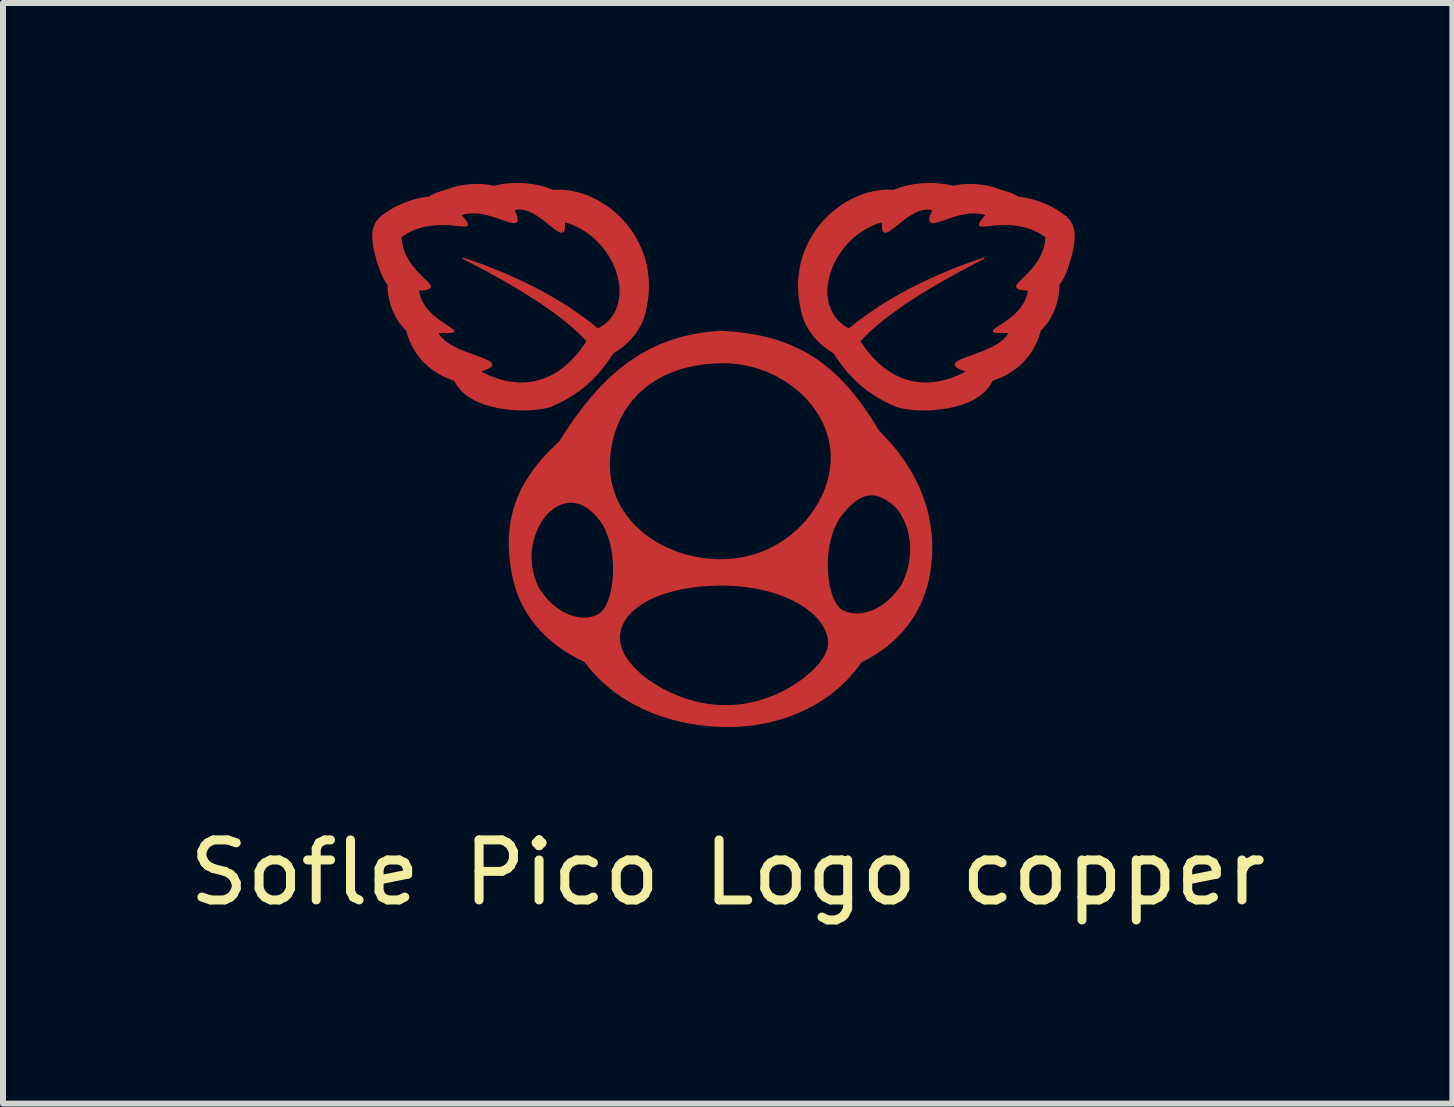
<source format=kicad_pcb>
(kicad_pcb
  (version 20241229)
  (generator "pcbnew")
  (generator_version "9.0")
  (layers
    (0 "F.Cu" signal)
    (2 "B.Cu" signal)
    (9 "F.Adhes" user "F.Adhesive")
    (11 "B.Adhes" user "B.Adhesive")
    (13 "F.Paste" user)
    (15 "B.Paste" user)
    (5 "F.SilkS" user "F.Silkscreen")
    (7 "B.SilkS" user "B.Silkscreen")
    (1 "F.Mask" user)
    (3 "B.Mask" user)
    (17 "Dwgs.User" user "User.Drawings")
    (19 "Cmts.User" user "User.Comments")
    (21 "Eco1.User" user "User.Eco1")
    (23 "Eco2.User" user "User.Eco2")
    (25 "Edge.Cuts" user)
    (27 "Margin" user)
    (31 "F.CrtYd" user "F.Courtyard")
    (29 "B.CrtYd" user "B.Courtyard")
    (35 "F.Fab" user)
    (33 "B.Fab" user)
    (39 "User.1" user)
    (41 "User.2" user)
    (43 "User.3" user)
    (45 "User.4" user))
  (footprint "Sofle Pico Logo copper"
    (layer "F.Cu")
    (at 9.007 4.533)
    (property "Reference" "Sofle Pico Logo copper" (at 0.07 6.96 0) (unlocked yes) (layer "F.SilkS") (effects (font (size 1 1) (thickness 0.15))))
    (fp_poly (pts (xy -3.387 -4.521) (xy -3.347 -4.52) (xy -3.307 -4.517) (xy -3.267 -4.514) (xy -3.228 -4.509) (xy -3.188 -4.504) (xy -3.148 -4.497) (xy -3.108 -4.49) (xy -3.069 -4.481) (xy -3.03 -4.472) (xy -2.991 -4.461) (xy -2.952 -4.449) (xy -2.914 -4.437) (xy -2.876 -4.423) (xy -2.839 -4.408) (xy -2.758 -4.411) (xy -2.676 -4.409) (xy -2.594 -4.401) (xy -2.512 -4.387) (xy -2.43 -4.368) (xy -2.348 -4.344) (xy -2.267 -4.315) (xy -2.188 -4.28) (xy -2.109 -4.241) (xy -2.032 -4.197) (xy -1.957 -4.148) (xy -1.885 -4.095) (xy -1.814 -4.038) (xy -1.747 -3.976) (xy -1.682 -3.91) (xy -1.621 -3.84) (xy -1.564 -3.766) (xy -1.51 -3.689) (xy -1.461 -3.608) (xy -1.416 -3.523) (xy -1.376 -3.435) (xy -1.341 -3.344) (xy -1.312 -3.25) (xy -1.288 -3.153) (xy -1.27 -3.053) (xy -1.259 -2.95) (xy -1.254 -2.845) (xy -1.255 -2.737) (xy -1.264 -2.627) (xy -1.281 -2.515) (xy -1.305 -2.4) (xy -1.337 -2.284) (xy -1.355 -2.238) (xy -1.375 -2.194) (xy -1.398 -2.15) (xy -1.422 -2.107) (xy -1.448 -2.066) (xy -1.476 -2.026) (xy -1.506 -1.987) (xy -1.538 -1.95) (xy -1.571 -1.914) (xy -1.606 -1.879) (xy -1.642 -1.846) (xy -1.68 -1.814) (xy -1.719 -1.784) (xy -1.759 -1.756) (xy -1.8 -1.729) (xy -1.842 -1.704) (xy -1.891 -1.63) (xy -1.94 -1.558) (xy -1.992 -1.49) (xy -2.044 -1.424) (xy -2.098 -1.36) (xy -2.155 -1.299) (xy -2.213 -1.241) (xy -2.275 -1.185) (xy -2.339 -1.131) (xy -2.405 -1.079) (xy -2.476 -1.03) (xy -2.55 -0.982) (xy -2.627 -0.937) (xy -2.709 -0.893) (xy -2.795 -0.851) (xy -2.885 -0.811) (xy -2.963 -0.791) (xy -3.053 -0.774) (xy -3.153 -0.762) (xy -3.261 -0.756) (xy -3.375 -0.754) (xy -3.494 -0.759) (xy -3.615 -0.771) (xy -3.736 -0.789) (xy -3.855 -0.815) (xy -3.97 -0.848) (xy -4.026 -0.869) (xy -4.08 -0.891) (xy -4.133 -0.915) (xy -4.183 -0.942) (xy -4.23 -0.971) (xy -4.275 -1.002) (xy -4.317 -1.036) (xy -4.356 -1.072) (xy -4.392 -1.111) (xy -4.424 -1.153) (xy -4.452 -1.197) (xy -4.476 -1.244) (xy -4.551 -1.273) (xy -4.597 -1.291) (xy -4.648 -1.314) (xy -4.702 -1.341) (xy -4.759 -1.374) (xy -4.818 -1.411) (xy -4.878 -1.455) (xy -4.937 -1.505) (xy -4.996 -1.562) (xy -5.025 -1.594) (xy -5.053 -1.627) (xy -5.081 -1.662) (xy -5.108 -1.7) (xy -5.133 -1.739) (xy -5.158 -1.781) (xy -5.182 -1.825) (xy -5.204 -1.872) (xy -5.225 -1.921) (xy -5.245 -1.972) (xy -5.263 -2.026) (xy -5.28 -2.083) (xy -5.316 -2.118) (xy -5.351 -2.157) (xy -5.384 -2.198) (xy -5.414 -2.242) (xy -5.442 -2.287) (xy -5.467 -2.335) (xy -5.491 -2.383) (xy -5.511 -2.433) (xy -5.53 -2.484) (xy -5.545 -2.536) (xy -5.559 -2.587) (xy -5.57 -2.639) (xy -5.578 -2.69) (xy -5.584 -2.74) (xy -5.587 -2.79) (xy -5.587 -2.838) (xy -5.607 -2.866) (xy -5.626 -2.895) (xy -5.644 -2.926) (xy -5.661 -2.957) (xy -5.677 -2.989) (xy -5.692 -3.023) (xy -5.706 -3.056) (xy -5.719 -3.091) (xy -5.744 -3.16) (xy -5.766 -3.23) (xy -5.786 -3.3) (xy -5.804 -3.367) (xy -5.812 -3.406) (xy -5.82 -3.445) (xy -5.827 -3.484) (xy -5.833 -3.524) (xy -5.838 -3.563) (xy -5.839 -3.583) (xy -5.841 -3.603) (xy -5.842 -3.623) (xy -5.842 -3.636) (xy -5.378 -3.636) (xy -5.372 -3.575) (xy -5.363 -3.516) (xy -5.35 -3.46) (xy -5.333 -3.406) (xy -5.313 -3.355) (xy -5.29 -3.307) (xy -5.266 -3.261) (xy -5.239 -3.218) (xy -5.211 -3.177) (xy -5.182 -3.138) (xy -5.122 -3.067) (xy -5.063 -3.005) (xy -5.008 -2.951) (xy -4.96 -2.904) (xy -4.921 -2.865) (xy -4.907 -2.847) (xy -4.897 -2.832) (xy -4.89 -2.818) (xy -4.888 -2.805) (xy -4.892 -2.794) (xy -4.9 -2.784) (xy -4.914 -2.775) (xy -4.934 -2.768) (xy -4.961 -2.762) (xy -4.995 -2.757) (xy -5.085 -2.75) (xy -5.077 -2.696) (xy -5.063 -2.644) (xy -5.046 -2.595) (xy -5.024 -2.549) (xy -4.999 -2.505) (xy -4.971 -2.463) (xy -4.94 -2.424) (xy -4.907 -2.387) (xy -4.873 -2.352) (xy -4.838 -2.32) (xy -4.766 -2.261) (xy -4.695 -2.21) (xy -4.63 -2.167) (xy -4.531 -2.102) (xy -4.515 -2.089) (xy -4.505 -2.079) (xy -4.5 -2.07) (xy -4.5 -2.062) (xy -4.506 -2.055) (xy -4.52 -2.05) (xy -4.54 -2.047) (xy -4.568 -2.044) (xy -4.649 -2.042) (xy -4.766 -2.045) (xy -4.746 -2.007) (xy -4.721 -1.971) (xy -4.691 -1.937) (xy -4.657 -1.905) (xy -4.618 -1.875) (xy -4.577 -1.846) (xy -4.533 -1.82) (xy -4.486 -1.795) (xy -4.389 -1.749) (xy -4.289 -1.708) (xy -4.098 -1.638) (xy -4.016 -1.607) (xy -3.947 -1.578) (xy -3.919 -1.564) (xy -3.897 -1.55) (xy -3.88 -1.536) (xy -3.869 -1.522) (xy -3.865 -1.508) (xy -3.868 -1.493) (xy -3.878 -1.478) (xy -3.897 -1.462) (xy -3.925 -1.446) (xy -3.962 -1.43) (xy -4.009 -1.412) (xy -4.066 -1.393) (xy -3.978 -1.348) (xy -3.884 -1.306) (xy -3.785 -1.268) (xy -3.68 -1.237) (xy -3.57 -1.214) (xy -3.457 -1.201) (xy -3.399 -1.198) (xy -3.34 -1.198) (xy -3.281 -1.201) (xy -3.222 -1.207) (xy -3.162 -1.217) (xy -3.101 -1.23) (xy -3.041 -1.248) (xy -2.98 -1.269) (xy -2.919 -1.294) (xy -2.858 -1.323) (xy -2.797 -1.357) (xy -2.736 -1.396) (xy -2.676 -1.44) (xy -2.616 -1.489) (xy -2.557 -1.543) (xy -2.498 -1.602) (xy -2.439 -1.667) (xy -2.382 -1.738) (xy -2.325 -1.814) (xy -2.269 -1.897) (xy -2.337 -1.97) (xy -2.412 -2.044) (xy -2.495 -2.119) (xy -2.585 -2.196) (xy -2.682 -2.275) (xy -2.788 -2.356) (xy -3.024 -2.524) (xy -3.296 -2.699) (xy -3.604 -2.883) (xy -3.951 -3.076) (xy -4.338 -3.279) (xy -4.18 -3.225) (xy -4.024 -3.169) (xy -3.87 -3.11) (xy -3.718 -3.049) (xy -3.569 -2.985) (xy -3.422 -2.918) (xy -3.277 -2.849) (xy -3.134 -2.778) (xy -2.994 -2.703) (xy -2.857 -2.626) (xy -2.722 -2.545) (xy -2.59 -2.462) (xy -2.461 -2.375) (xy -2.334 -2.285) (xy -2.211 -2.193) (xy -2.09 -2.096) (xy -2.025 -2.134) (xy -1.967 -2.176) (xy -1.915 -2.223) (xy -1.87 -2.273) (xy -1.831 -2.327) (xy -1.798 -2.384) (xy -1.771 -2.444) (xy -1.75 -2.506) (xy -1.735 -2.57) (xy -1.725 -2.636) (xy -1.72 -2.704) (xy -1.721 -2.773) (xy -1.728 -2.843) (xy -1.739 -2.913) (xy -1.755 -2.983) (xy -1.776 -3.054) (xy -1.802 -3.123) (xy -1.832 -3.193) (xy -1.867 -3.26) (xy -1.905 -3.327) (xy -1.949 -3.392) (xy -1.996 -3.454) (xy -2.046 -3.515) (xy -2.101 -3.572) (xy -2.159 -3.627) (xy -2.221 -3.678) (xy -2.286 -3.725) (xy -2.355 -3.768) (xy -2.426 -3.807) (xy -2.5 -3.842) (xy -2.578 -3.871) (xy -2.658 -3.894) (xy -2.654 -3.851) (xy -2.652 -3.814) (xy -2.653 -3.784) (xy -2.657 -3.759) (xy -2.663 -3.741) (xy -2.672 -3.728) (xy -2.682 -3.72) (xy -2.695 -3.717) (xy -2.71 -3.718) (xy -2.727 -3.723) (xy -2.746 -3.732) (xy -2.766 -3.744) (xy -2.812 -3.776) (xy -2.864 -3.816) (xy -2.984 -3.912) (xy -3.05 -3.961) (xy -3.119 -4.007) (xy -3.154 -4.028) (xy -3.191 -4.047) (xy -3.227 -4.064) (xy -3.264 -4.078) (xy -3.301 -4.089) (xy -3.339 -4.097) (xy -3.376 -4.102) (xy -3.414 -4.102) (xy -3.424 -4.102) (xy -3.434 -4.101) (xy -3.444 -4.099) (xy -3.454 -4.098) (xy -3.464 -4.096) (xy -3.474 -4.093) (xy -3.484 -4.091) (xy -3.494 -4.088) (xy -3.459 -4.003) (xy -3.449 -3.97) (xy -3.443 -3.943) (xy -3.442 -3.92) (xy -3.444 -3.903) (xy -3.451 -3.89) (xy -3.461 -3.881) (xy -3.475 -3.876) (xy -3.493 -3.875) (xy -3.514 -3.877) (xy -3.537 -3.881) (xy -3.593 -3.897) (xy -3.66 -3.919) (xy -3.817 -3.973) (xy -3.905 -3.999) (xy -3.997 -4.021) (xy -4.045 -4.029) (xy -4.093 -4.035) (xy -4.142 -4.038) (xy -4.19 -4.038) (xy -4.239 -4.035) (xy -4.288 -4.029) (xy -4.336 -4.018) (xy -4.384 -4.004) (xy -4.322 -3.932) (xy -4.284 -3.881) (xy -4.274 -3.862) (xy -4.27 -3.846) (xy -4.27 -3.835) (xy -4.276 -3.827) (xy -4.287 -3.821) (xy -4.303 -3.819) (xy -4.347 -3.819) (xy -4.482 -3.833) (xy -4.569 -3.841) (xy -4.666 -3.845) (xy -4.773 -3.843) (xy -4.887 -3.832) (xy -4.946 -3.822) (xy -5.006 -3.809) (xy -5.067 -3.792) (xy -5.129 -3.771) (xy -5.191 -3.745) (xy -5.253 -3.714) (xy -5.316 -3.678) (xy -5.378 -3.636) (xy -5.842 -3.636) (xy -5.842 -3.643) (xy -5.842 -3.663) (xy -5.841 -3.683) (xy -5.84 -3.703) (xy -5.838 -3.723) (xy -5.834 -3.743) (xy -5.83 -3.763) (xy -5.825 -3.783) (xy -5.819 -3.802) (xy -5.811 -3.821) (xy -5.803 -3.839) (xy -5.794 -3.857) (xy -5.784 -3.875) (xy -5.773 -3.892) (xy -5.761 -3.909) (xy -5.749 -3.924) (xy -5.735 -3.94) (xy -5.721 -3.954) (xy -5.706 -3.968) (xy -5.663 -4.001) (xy -5.618 -4.033) (xy -5.573 -4.063) (xy -5.526 -4.092) (xy -5.478 -4.119) (xy -5.429 -4.144) (xy -5.38 -4.167) (xy -5.33 -4.188) (xy -5.279 -4.208) (xy -5.227 -4.226) (xy -5.175 -4.242) (xy -5.122 -4.257) (xy -5.068 -4.269) (xy -5.015 -4.28) (xy -4.961 -4.289) (xy -4.907 -4.296) (xy -4.885 -4.31) (xy -4.863 -4.323) (xy -4.84 -4.334) (xy -4.818 -4.345) (xy -4.794 -4.355) (xy -4.771 -4.364) (xy -4.722 -4.38) (xy -4.622 -4.411) (xy -4.57 -4.428) (xy -4.544 -4.437) (xy -4.518 -4.447) (xy -4.479 -4.458) (xy -4.439 -4.468) (xy -4.397 -4.478) (xy -4.354 -4.485) (xy -4.31 -4.492) (xy -4.265 -4.497) (xy -4.219 -4.501) (xy -4.173 -4.504) (xy -4.128 -4.506) (xy -4.082 -4.506) (xy -4.037 -4.504) (xy -3.992 -4.502) (xy -3.949 -4.497) (xy -3.906 -4.492) (xy -3.865 -4.485) (xy -3.826 -4.476) (xy -3.783 -4.486) (xy -3.74 -4.495) (xy -3.696 -4.502) (xy -3.651 -4.508) (xy -3.606 -4.514) (xy -3.56 -4.518) (xy -3.513 -4.52) (xy -3.466 -4.522) (xy -3.427 -4.522)) (stroke (width 0.023) (type solid)) (fill yes) (layer "F.Cu"))
    (fp_poly (pts (xy 3.466 -4.522) (xy 3.513 -4.52) (xy 3.56 -4.518) (xy 3.606 -4.514) (xy 3.651 -4.508) (xy 3.696 -4.502) (xy 3.74 -4.495) (xy 3.783 -4.486) (xy 3.826 -4.476) (xy 3.865 -4.485) (xy 3.906 -4.492) (xy 3.949 -4.497) (xy 3.992 -4.502) (xy 4.037 -4.504) (xy 4.082 -4.506) (xy 4.128 -4.506) (xy 4.173 -4.504) (xy 4.219 -4.501) (xy 4.265 -4.497) (xy 4.31 -4.492) (xy 4.354 -4.485) (xy 4.397 -4.478) (xy 4.439 -4.468) (xy 4.479 -4.458) (xy 4.518 -4.447) (xy 4.544 -4.437) (xy 4.57 -4.428) (xy 4.622 -4.411) (xy 4.722 -4.38) (xy 4.771 -4.364) (xy 4.794 -4.355) (xy 4.818 -4.345) (xy 4.84 -4.334) (xy 4.863 -4.323) (xy 4.885 -4.31) (xy 4.907 -4.296) (xy 4.961 -4.289) (xy 5.015 -4.28) (xy 5.068 -4.269) (xy 5.122 -4.257) (xy 5.175 -4.242) (xy 5.227 -4.226) (xy 5.279 -4.208) (xy 5.33 -4.188) (xy 5.38 -4.167) (xy 5.429 -4.144) (xy 5.478 -4.119) (xy 5.526 -4.092) (xy 5.573 -4.063) (xy 5.618 -4.033) (xy 5.663 -4.001) (xy 5.706 -3.968) (xy 5.721 -3.954) (xy 5.735 -3.94) (xy 5.749 -3.924) (xy 5.761 -3.909) (xy 5.773 -3.892) (xy 5.784 -3.875) (xy 5.794 -3.857) (xy 5.803 -3.839) (xy 5.811 -3.821) (xy 5.819 -3.802) (xy 5.825 -3.783) (xy 5.83 -3.763) (xy 5.834 -3.743) (xy 5.838 -3.723) (xy 5.84 -3.703) (xy 5.841 -3.683) (xy 5.842 -3.663) (xy 5.842 -3.643) (xy 5.842 -3.623) (xy 5.841 -3.603) (xy 5.839 -3.583) (xy 5.838 -3.563) (xy 5.833 -3.524) (xy 5.827 -3.484) (xy 5.82 -3.445) (xy 5.812 -3.406) (xy 5.804 -3.367) (xy 5.786 -3.3) (xy 5.766 -3.23) (xy 5.744 -3.16) (xy 5.719 -3.091) (xy 5.706 -3.056) (xy 5.692 -3.023) (xy 5.677 -2.989) (xy 5.661 -2.957) (xy 5.644 -2.926) (xy 5.626 -2.895) (xy 5.607 -2.866) (xy 5.587 -2.838) (xy 5.587 -2.79) (xy 5.584 -2.74) (xy 5.578 -2.69) (xy 5.57 -2.639) (xy 5.559 -2.587) (xy 5.545 -2.536) (xy 5.53 -2.484) (xy 5.511 -2.433) (xy 5.491 -2.383) (xy 5.467 -2.335) (xy 5.442 -2.287) (xy 5.414 -2.242) (xy 5.384 -2.198) (xy 5.351 -2.157) (xy 5.316 -2.118) (xy 5.28 -2.083) (xy 5.263 -2.026) (xy 5.245 -1.972) (xy 5.225 -1.921) (xy 5.204 -1.872) (xy 5.182 -1.825) (xy 5.158 -1.781) (xy 5.133 -1.739) (xy 5.108 -1.7) (xy 5.081 -1.662) (xy 5.053 -1.627) (xy 5.025 -1.594) (xy 4.996 -1.562) (xy 4.937 -1.505) (xy 4.878 -1.455) (xy 4.818 -1.411) (xy 4.759 -1.374) (xy 4.702 -1.341) (xy 4.648 -1.314) (xy 4.597 -1.291) (xy 4.551 -1.273) (xy 4.476 -1.244) (xy 4.452 -1.197) (xy 4.424 -1.153) (xy 4.392 -1.111) (xy 4.356 -1.072) (xy 4.317 -1.036) (xy 4.275 -1.002) (xy 4.23 -0.971) (xy 4.183 -0.942) (xy 4.133 -0.915) (xy 4.08 -0.891) (xy 4.026 -0.869) (xy 3.97 -0.848) (xy 3.855 -0.815) (xy 3.736 -0.789) (xy 3.615 -0.771) (xy 3.494 -0.759) (xy 3.375 -0.754) (xy 3.261 -0.756) (xy 3.153 -0.762) (xy 3.053 -0.774) (xy 2.963 -0.791) (xy 2.885 -0.811) (xy 2.795 -0.851) (xy 2.709 -0.893) (xy 2.627 -0.937) (xy 2.55 -0.982) (xy 2.476 -1.03) (xy 2.405 -1.079) (xy 2.339 -1.131) (xy 2.275 -1.185) (xy 2.213 -1.241) (xy 2.155 -1.299) (xy 2.098 -1.36) (xy 2.044 -1.424) (xy 1.992 -1.49) (xy 1.94 -1.558) (xy 1.891 -1.63) (xy 1.842 -1.704) (xy 1.8 -1.729) (xy 1.759 -1.756) (xy 1.719 -1.784) (xy 1.68 -1.814) (xy 1.642 -1.846) (xy 1.606 -1.879) (xy 1.571 -1.914) (xy 1.538 -1.95) (xy 1.506 -1.987) (xy 1.476 -2.026) (xy 1.448 -2.066) (xy 1.422 -2.107) (xy 1.398 -2.15) (xy 1.375 -2.194) (xy 1.355 -2.238) (xy 1.337 -2.284) (xy 1.305 -2.4) (xy 1.281 -2.515) (xy 1.264 -2.627) (xy 1.258 -2.704) (xy 1.72 -2.704) (xy 1.725 -2.636) (xy 1.735 -2.57) (xy 1.75 -2.506) (xy 1.771 -2.444) (xy 1.798 -2.384) (xy 1.831 -2.327) (xy 1.87 -2.273) (xy 1.915 -2.223) (xy 1.967 -2.176) (xy 2.025 -2.134) (xy 2.09 -2.096) (xy 2.211 -2.193) (xy 2.334 -2.285) (xy 2.461 -2.375) (xy 2.59 -2.462) (xy 2.722 -2.545) (xy 2.857 -2.626) (xy 2.994 -2.703) (xy 3.134 -2.778) (xy 3.277 -2.849) (xy 3.422 -2.918) (xy 3.569 -2.985) (xy 3.718 -3.049) (xy 3.87 -3.11) (xy 4.024 -3.169) (xy 4.18 -3.225) (xy 4.338 -3.279) (xy 3.951 -3.076) (xy 3.604 -2.883) (xy 3.296 -2.699) (xy 3.024 -2.524) (xy 2.788 -2.356) (xy 2.682 -2.275) (xy 2.585 -2.196) (xy 2.495 -2.119) (xy 2.412 -2.044) (xy 2.337 -1.97) (xy 2.269 -1.897) (xy 2.325 -1.814) (xy 2.382 -1.738) (xy 2.439 -1.667) (xy 2.498 -1.602) (xy 2.557 -1.543) (xy 2.616 -1.489) (xy 2.676 -1.44) (xy 2.736 -1.396) (xy 2.797 -1.357) (xy 2.858 -1.323) (xy 2.919 -1.294) (xy 2.98 -1.269) (xy 3.041 -1.248) (xy 3.101 -1.23) (xy 3.162 -1.217) (xy 3.222 -1.207) (xy 3.281 -1.201) (xy 3.34 -1.198) (xy 3.399 -1.198) (xy 3.457 -1.201) (xy 3.57 -1.214) (xy 3.68 -1.237) (xy 3.785 -1.268) (xy 3.884 -1.306) (xy 3.978 -1.348) (xy 4.066 -1.393) (xy 4.009 -1.412) (xy 3.962 -1.43) (xy 3.925 -1.446) (xy 3.897 -1.462) (xy 3.878 -1.478) (xy 3.868 -1.493) (xy 3.865 -1.508) (xy 3.869 -1.522) (xy 3.88 -1.536) (xy 3.897 -1.55) (xy 3.919 -1.564) (xy 3.947 -1.578) (xy 4.016 -1.607) (xy 4.098 -1.638) (xy 4.289 -1.708) (xy 4.389 -1.749) (xy 4.486 -1.795) (xy 4.533 -1.82) (xy 4.577 -1.846) (xy 4.618 -1.875) (xy 4.657 -1.905) (xy 4.691 -1.937) (xy 4.721 -1.971) (xy 4.746 -2.007) (xy 4.766 -2.045) (xy 4.649 -2.042) (xy 4.568 -2.044) (xy 4.54 -2.047) (xy 4.52 -2.05) (xy 4.506 -2.055) (xy 4.5 -2.062) (xy 4.5 -2.07) (xy 4.505 -2.079) (xy 4.515 -2.089) (xy 4.531 -2.102) (xy 4.63 -2.167) (xy 4.695 -2.21) (xy 4.766 -2.261) (xy 4.838 -2.32) (xy 4.873 -2.352) (xy 4.907 -2.387) (xy 4.94 -2.424) (xy 4.971 -2.463) (xy 4.999 -2.505) (xy 5.024 -2.549) (xy 5.046 -2.595) (xy 5.063 -2.644) (xy 5.077 -2.696) (xy 5.085 -2.75) (xy 4.995 -2.757) (xy 4.961 -2.762) (xy 4.934 -2.768) (xy 4.914 -2.775) (xy 4.9 -2.784) (xy 4.892 -2.794) (xy 4.888 -2.805) (xy 4.89 -2.818) (xy 4.897 -2.832) (xy 4.907 -2.847) (xy 4.921 -2.865) (xy 4.96 -2.904) (xy 5.008 -2.951) (xy 5.063 -3.005) (xy 5.122 -3.067) (xy 5.182 -3.138) (xy 5.211 -3.177) (xy 5.239 -3.218) (xy 5.266 -3.261) (xy 5.29 -3.307) (xy 5.313 -3.355) (xy 5.333 -3.406) (xy 5.35 -3.46) (xy 5.363 -3.516) (xy 5.372 -3.575) (xy 5.378 -3.636) (xy 5.316 -3.678) (xy 5.253 -3.714) (xy 5.191 -3.745) (xy 5.129 -3.771) (xy 5.067 -3.792) (xy 5.006 -3.809) (xy 4.946 -3.822) (xy 4.887 -3.832) (xy 4.773 -3.843) (xy 4.666 -3.845) (xy 4.569 -3.841) (xy 4.482 -3.833) (xy 4.347 -3.819) (xy 4.303 -3.819) (xy 4.287 -3.821) (xy 4.276 -3.827) (xy 4.27 -3.835) (xy 4.27 -3.846) (xy 4.274 -3.862) (xy 4.284 -3.881) (xy 4.322 -3.932) (xy 4.384 -4.004) (xy 4.336 -4.018) (xy 4.288 -4.029) (xy 4.239 -4.035) (xy 4.19 -4.038) (xy 4.142 -4.038) (xy 4.093 -4.035) (xy 4.045 -4.029) (xy 3.997 -4.021) (xy 3.905 -3.999) (xy 3.817 -3.973) (xy 3.66 -3.919) (xy 3.593 -3.897) (xy 3.537 -3.881) (xy 3.514 -3.877) (xy 3.493 -3.875) (xy 3.475 -3.876) (xy 3.461 -3.881) (xy 3.451 -3.89) (xy 3.444 -3.903) (xy 3.442 -3.92) (xy 3.443 -3.943) (xy 3.449 -3.97) (xy 3.459 -4.003) (xy 3.494 -4.088) (xy 3.484 -4.091) (xy 3.474 -4.093) (xy 3.464 -4.096) (xy 3.454 -4.098) (xy 3.444 -4.099) (xy 3.434 -4.101) (xy 3.424 -4.102) (xy 3.414 -4.102) (xy 3.376 -4.102) (xy 3.339 -4.097) (xy 3.301 -4.089) (xy 3.264 -4.078) (xy 3.227 -4.064) (xy 3.191 -4.047) (xy 3.154 -4.028) (xy 3.119 -4.007) (xy 3.05 -3.961) (xy 2.984 -3.912) (xy 2.864 -3.816) (xy 2.812 -3.776) (xy 2.766 -3.744) (xy 2.746 -3.732) (xy 2.727 -3.723) (xy 2.71 -3.718) (xy 2.695 -3.717) (xy 2.682 -3.72) (xy 2.672 -3.728) (xy 2.663 -3.741) (xy 2.657 -3.759) (xy 2.653 -3.784) (xy 2.652 -3.814) (xy 2.654 -3.851) (xy 2.658 -3.894) (xy 2.578 -3.871) (xy 2.5 -3.842) (xy 2.426 -3.807) (xy 2.355 -3.768) (xy 2.286 -3.725) (xy 2.221 -3.678) (xy 2.159 -3.627) (xy 2.101 -3.572) (xy 2.046 -3.515) (xy 1.996 -3.454) (xy 1.949 -3.392) (xy 1.905 -3.327) (xy 1.867 -3.26) (xy 1.832 -3.193) (xy 1.802 -3.123) (xy 1.776 -3.054) (xy 1.755 -2.983) (xy 1.739 -2.913) (xy 1.728 -2.843) (xy 1.721 -2.773) (xy 1.72 -2.704) (xy 1.258 -2.704) (xy 1.255 -2.737) (xy 1.254 -2.845) (xy 1.259 -2.95) (xy 1.27 -3.053) (xy 1.288 -3.153) (xy 1.312 -3.25) (xy 1.341 -3.344) (xy 1.376 -3.435) (xy 1.416 -3.523) (xy 1.461 -3.608) (xy 1.51 -3.689) (xy 1.564 -3.766) (xy 1.621 -3.84) (xy 1.682 -3.91) (xy 1.747 -3.976) (xy 1.814 -4.038) (xy 1.885 -4.095) (xy 1.957 -4.148) (xy 2.032 -4.197) (xy 2.109 -4.241) (xy 2.188 -4.28) (xy 2.267 -4.315) (xy 2.348 -4.344) (xy 2.43 -4.368) (xy 2.512 -4.387) (xy 2.594 -4.401) (xy 2.676 -4.409) (xy 2.758 -4.411) (xy 2.839 -4.408) (xy 2.876 -4.423) (xy 2.914 -4.437) (xy 2.952 -4.449) (xy 2.991 -4.461) (xy 3.03 -4.472) (xy 3.069 -4.481) (xy 3.108 -4.49) (xy 3.148 -4.497) (xy 3.188 -4.504) (xy 3.228 -4.509) (xy 3.267 -4.514) (xy 3.307 -4.517) (xy 3.347 -4.52) (xy 3.387 -4.521) (xy 3.427 -4.522)) (stroke (width 0.023) (type solid)) (fill yes) (layer "F.Cu"))
    (fp_poly (pts (xy -0.047 -2.071) (xy 0.18 -2.055) (xy 0.396 -2.029) (xy 0.601 -1.993) (xy 0.7 -1.97) (xy 0.797 -1.945) (xy 0.891 -1.917) (xy 0.983 -1.886) (xy 1.072 -1.853) (xy 1.16 -1.816) (xy 1.245 -1.777) (xy 1.329 -1.734) (xy 1.411 -1.688) (xy 1.491 -1.64) (xy 1.569 -1.588) (xy 1.646 -1.532) (xy 1.721 -1.474) (xy 1.795 -1.412) (xy 1.867 -1.347) (xy 1.938 -1.279) (xy 2.077 -1.131) (xy 2.212 -0.97) (xy 2.343 -0.794) (xy 2.471 -0.604) (xy 2.598 -0.398) (xy 2.712 -0.282) (xy 2.821 -0.16) (xy 2.924 -0.034) (xy 3.019 0.098) (xy 3.107 0.235) (xy 3.186 0.376) (xy 3.258 0.522) (xy 3.32 0.672) (xy 3.373 0.826) (xy 3.416 0.984) (xy 3.448 1.146) (xy 3.47 1.311) (xy 3.48 1.479) (xy 3.479 1.651) (xy 3.465 1.825) (xy 3.439 2.003) (xy 3.421 2.09) (xy 3.4 2.174) (xy 3.376 2.255) (xy 3.349 2.333) (xy 3.32 2.408) (xy 3.289 2.48) (xy 3.256 2.548) (xy 3.22 2.614) (xy 3.184 2.677) (xy 3.145 2.737) (xy 3.106 2.794) (xy 3.065 2.849) (xy 3.023 2.901) (xy 2.981 2.95) (xy 2.938 2.997) (xy 2.894 3.041) (xy 2.807 3.122) (xy 2.721 3.194) (xy 2.636 3.256) (xy 2.556 3.311) (xy 2.481 3.358) (xy 2.412 3.397) (xy 2.302 3.454) (xy 2.249 3.527) (xy 2.194 3.597) (xy 2.079 3.729) (xy 1.957 3.849) (xy 1.828 3.959) (xy 1.693 4.058) (xy 1.554 4.146) (xy 1.41 4.225) (xy 1.264 4.294) (xy 1.114 4.354) (xy 0.963 4.404) (xy 0.811 4.446) (xy 0.658 4.479) (xy 0.506 4.504) (xy 0.355 4.521) (xy 0.206 4.531) (xy 0.06 4.533) (xy -0.094 4.53) (xy -0.251 4.52) (xy -0.411 4.502) (xy -0.572 4.476) (xy -0.733 4.442) (xy -0.895 4.4) (xy -1.055 4.349) (xy -1.213 4.29) (xy -1.369 4.22) (xy -1.521 4.142) (xy -1.669 4.053) (xy -1.812 3.954) (xy -1.949 3.844) (xy -2.015 3.785) (xy -2.079 3.724) (xy -2.141 3.659) (xy -2.201 3.592) (xy -2.259 3.522) (xy -2.315 3.449) (xy -2.433 3.391) (xy -2.506 3.352) (xy -2.586 3.306) (xy -2.671 3.251) (xy -2.761 3.188) (xy -2.852 3.117) (xy -2.937 3.043) (xy -1.726 3.043) (xy -1.723 3.095) (xy -1.715 3.147) (xy -1.701 3.199) (xy -1.683 3.25) (xy -1.66 3.302) (xy -1.632 3.353) (xy -1.599 3.403) (xy -1.563 3.453) (xy -1.478 3.55) (xy -1.379 3.644) (xy -1.268 3.733) (xy -1.145 3.816) (xy -1.014 3.893) (xy -0.875 3.962) (xy -0.73 4.022) (xy -0.582 4.074) (xy -0.431 4.115) (xy -0.279 4.145) (xy -0.128 4.162) (xy 0.02 4.167) (xy 0.102 4.167) (xy 0.184 4.163) (xy 0.265 4.156) (xy 0.346 4.145) (xy 0.426 4.13) (xy 0.505 4.113) (xy 0.583 4.093) (xy 0.659 4.069) (xy 0.735 4.044) (xy 0.808 4.016) (xy 0.88 3.985) (xy 0.951 3.953) (xy 1.019 3.918) (xy 1.085 3.882) (xy 1.149 3.845) (xy 1.211 3.806) (xy 1.27 3.766) (xy 1.326 3.724) (xy 1.379 3.682) (xy 1.429 3.64) (xy 1.477 3.596) (xy 1.52 3.553) (xy 1.561 3.509) (xy 1.598 3.466) (xy 1.631 3.422) (xy 1.66 3.379) (xy 1.685 3.337) (xy 1.705 3.295) (xy 1.722 3.254) (xy 1.734 3.214) (xy 1.741 3.176) (xy 1.743 3.139) (xy 1.742 3.095) (xy 1.736 3.051) (xy 1.726 3.007) (xy 1.713 2.963) (xy 1.695 2.92) (xy 1.674 2.877) (xy 1.62 2.792) (xy 1.552 2.71) (xy 1.47 2.631) (xy 1.375 2.557) (xy 1.268 2.486) (xy 1.148 2.422) (xy 1.016 2.363) (xy 0.873 2.311) (xy 0.72 2.266) (xy 0.556 2.23) (xy 0.383 2.202) (xy 0.201 2.184) (xy 0.01 2.176) (xy -0.088 2.177) (xy -0.183 2.18) (xy -0.277 2.185) (xy -0.368 2.192) (xy -0.456 2.201) (xy -0.542 2.213) (xy -0.626 2.226) (xy -0.707 2.241) (xy -0.785 2.258) (xy -0.861 2.277) (xy -0.933 2.298) (xy -1.003 2.32) (xy -1.07 2.344) (xy -1.134 2.37) (xy -1.195 2.397) (xy -1.253 2.426) (xy -1.308 2.456) (xy -1.36 2.488) (xy -1.409 2.521) (xy -1.454 2.555) (xy -1.496 2.59) (xy -1.535 2.627) (xy -1.57 2.664) (xy -1.602 2.703) (xy -1.63 2.743) (xy -1.655 2.783) (xy -1.676 2.825) (xy -1.694 2.867) (xy -1.707 2.91) (xy -1.717 2.954) (xy -1.724 2.998) (xy -1.726 3.043) (xy -2.937 3.043) (xy -2.945 3.036) (xy -3.037 2.945) (xy -3.126 2.844) (xy -3.212 2.732) (xy -3.253 2.672) (xy -3.292 2.609) (xy -3.329 2.543) (xy -3.365 2.475) (xy -3.398 2.403) (xy -3.429 2.328) (xy -3.457 2.25) (xy -3.482 2.169) (xy -3.505 2.085) (xy -3.524 1.997) (xy -3.54 1.909) (xy -3.553 1.822) (xy -3.564 1.737) (xy -3.567 1.702) (xy -3.198 1.702) (xy -3.194 1.799) (xy -3.189 1.848) (xy -3.181 1.899) (xy -3.17 1.95) (xy -3.157 2.002) (xy -3.141 2.054) (xy -3.122 2.108) (xy -3.1 2.161) (xy -3.075 2.215) (xy -3.045 2.261) (xy -3.014 2.304) (xy -2.983 2.345) (xy -2.95 2.383) (xy -2.917 2.419) (xy -2.884 2.453) (xy -2.85 2.485) (xy -2.816 2.514) (xy -2.782 2.541) (xy -2.747 2.566) (xy -2.712 2.589) (xy -2.677 2.61) (xy -2.642 2.629) (xy -2.606 2.645) (xy -2.571 2.66) (xy -2.536 2.673) (xy -2.502 2.683) (xy -2.467 2.692) (xy -2.433 2.699) (xy -2.4 2.704) (xy -2.366 2.707) (xy -2.334 2.709) (xy -2.302 2.708) (xy -2.27 2.706) (xy -2.24 2.702) (xy -2.21 2.697) (xy -2.181 2.69) (xy -2.153 2.681) (xy -2.126 2.67) (xy -2.101 2.659) (xy -2.076 2.645) (xy -2.052 2.63) (xy -2.029 2.607) (xy -2.007 2.581) (xy -1.985 2.551) (xy -1.966 2.518) (xy -1.93 2.443) (xy -1.9 2.358) (xy -1.876 2.263) (xy -1.858 2.162) (xy -1.846 2.054) (xy -1.84 1.943) (xy -1.841 1.874) (xy 1.739 1.874) (xy 1.745 1.985) (xy 1.757 2.093) (xy 1.775 2.194) (xy 1.799 2.289) (xy 1.829 2.374) (xy 1.846 2.413) (xy 1.865 2.449) (xy 1.884 2.482) (xy 1.905 2.512) (xy 1.928 2.539) (xy 1.951 2.561) (xy 1.975 2.576) (xy 1.999 2.59) (xy 2.025 2.602) (xy 2.052 2.612) (xy 2.08 2.621) (xy 2.109 2.628) (xy 2.139 2.633) (xy 2.169 2.637) (xy 2.201 2.639) (xy 2.233 2.64) (xy 2.265 2.638) (xy 2.298 2.635) (xy 2.332 2.63) (xy 2.366 2.623) (xy 2.401 2.614) (xy 2.435 2.604) (xy 2.47 2.591) (xy 2.505 2.576) (xy 2.54 2.56) (xy 2.576 2.541) (xy 2.611 2.52) (xy 2.646 2.497) (xy 2.68 2.472) (xy 2.715 2.445) (xy 2.749 2.416) (xy 2.783 2.384) (xy 2.816 2.351) (xy 2.849 2.314) (xy 2.881 2.276) (xy 2.913 2.235) (xy 2.944 2.192) (xy 2.974 2.147) (xy 2.999 2.092) (xy 3.022 2.038) (xy 3.041 1.984) (xy 3.058 1.931) (xy 3.073 1.877) (xy 3.085 1.825) (xy 3.095 1.772) (xy 3.102 1.721) (xy 3.108 1.67) (xy 3.111 1.619) (xy 3.112 1.57) (xy 3.111 1.521) (xy 3.108 1.473) (xy 3.103 1.426) (xy 3.097 1.38) (xy 3.089 1.335) (xy 3.079 1.292) (xy 3.068 1.249) (xy 3.056 1.208) (xy 3.042 1.168) (xy 3.027 1.129) (xy 3.011 1.092) (xy 2.993 1.057) (xy 2.975 1.023) (xy 2.956 0.991) (xy 2.936 0.96) (xy 2.915 0.931) (xy 2.894 0.904) (xy 2.872 0.879) (xy 2.849 0.856) (xy 2.826 0.835) (xy 2.803 0.816) (xy 2.783 0.8) (xy 2.762 0.786) (xy 2.742 0.771) (xy 2.721 0.758) (xy 2.701 0.745) (xy 2.68 0.734) (xy 2.66 0.723) (xy 2.639 0.713) (xy 2.618 0.704) (xy 2.597 0.696) (xy 2.576 0.689) (xy 2.555 0.683) (xy 2.534 0.679) (xy 2.512 0.675) (xy 2.49 0.673) (xy 2.469 0.672) (xy 2.469 0.672) (xy 2.44 0.674) (xy 2.411 0.677) (xy 2.382 0.683) (xy 2.352 0.691) (xy 2.322 0.703) (xy 2.292 0.717) (xy 2.261 0.733) (xy 2.229 0.753) (xy 2.197 0.776) (xy 2.164 0.803) (xy 2.13 0.832) (xy 2.096 0.865) (xy 2.061 0.902) (xy 2.026 0.942) (xy 1.99 0.986) (xy 1.952 1.034) (xy 1.925 1.075) (xy 1.899 1.118) (xy 1.875 1.164) (xy 1.853 1.212) (xy 1.833 1.262) (xy 1.816 1.314) (xy 1.786 1.421) (xy 1.763 1.532) (xy 1.748 1.646) (xy 1.74 1.76) (xy 1.739 1.874) (xy -1.841 1.874) (xy -1.841 1.829) (xy -1.849 1.715) (xy -1.864 1.601) (xy -1.887 1.49) (xy -1.917 1.383) (xy -1.954 1.281) (xy -1.976 1.233) (xy -2 1.187) (xy -2.026 1.144) (xy -2.054 1.102) (xy -2.087 1.06) (xy -2.12 1.021) (xy -2.153 0.986) (xy -2.186 0.955) (xy -2.219 0.926) (xy -2.251 0.901) (xy -2.283 0.879) (xy -2.315 0.859) (xy -2.347 0.843) (xy -2.378 0.829) (xy -2.409 0.818) (xy -2.439 0.809) (xy -2.469 0.803) (xy -2.499 0.799) (xy -2.528 0.796) (xy -2.557 0.796) (xy -2.557 0.796) (xy -2.571 0.797) (xy -2.585 0.798) (xy -2.598 0.8) (xy -2.612 0.802) (xy -2.639 0.807) (xy -2.665 0.813) (xy -2.69 0.821) (xy -2.715 0.831) (xy -2.739 0.841) (xy -2.763 0.853) (xy -2.785 0.865) (xy -2.807 0.878) (xy -2.828 0.892) (xy -2.848 0.906) (xy -2.867 0.921) (xy -2.885 0.936) (xy -2.902 0.952) (xy -2.918 0.967) (xy -2.951 1.002) (xy -2.984 1.044) (xy -3.019 1.093) (xy -3.053 1.15) (xy -3.086 1.212) (xy -3.116 1.281) (xy -3.143 1.356) (xy -3.166 1.435) (xy -3.183 1.52) (xy -3.194 1.609) (xy -3.198 1.702) (xy -3.567 1.702) (xy -3.571 1.653) (xy -3.576 1.571) (xy -3.578 1.491) (xy -3.578 1.412) (xy -3.574 1.334) (xy -3.568 1.257) (xy -3.56 1.182) (xy -3.548 1.108) (xy -3.534 1.035) (xy -3.518 0.964) (xy -3.498 0.894) (xy -3.477 0.824) (xy -3.452 0.756) (xy -3.426 0.689) (xy -3.397 0.623) (xy -3.365 0.558) (xy -3.331 0.493) (xy -3.255 0.367) (xy -3.17 0.244) (xy -3.125 0.186) (xy -1.893 0.186) (xy -1.889 0.277) (xy -1.879 0.365) (xy -1.864 0.452) (xy -1.843 0.536) (xy -1.818 0.619) (xy -1.788 0.699) (xy -1.753 0.777) (xy -1.713 0.853) (xy -1.669 0.926) (xy -1.621 0.996) (xy -1.569 1.064) (xy -1.513 1.129) (xy -1.453 1.191) (xy -1.389 1.25) (xy -1.323 1.307) (xy -1.253 1.36) (xy -1.179 1.41) (xy -1.103 1.457) (xy -1.025 1.5) (xy -0.943 1.54) (xy -0.859 1.577) (xy -0.773 1.61) (xy -0.685 1.64) (xy -0.595 1.665) (xy -0.503 1.687) (xy -0.409 1.705) (xy -0.314 1.719) (xy -0.218 1.729) (xy -0.12 1.735) (xy -0.022 1.736) (xy 0.076 1.733) (xy 0.173 1.725) (xy 0.267 1.712) (xy 0.36 1.694) (xy 0.45 1.672) (xy 0.538 1.646) (xy 0.625 1.616) (xy 0.709 1.581) (xy 0.79 1.543) (xy 0.869 1.501) (xy 0.945 1.456) (xy 1.019 1.407) (xy 1.09 1.356) (xy 1.158 1.301) (xy 1.223 1.244) (xy 1.285 1.184) (xy 1.344 1.122) (xy 1.4 1.057) (xy 1.452 0.991) (xy 1.501 0.922) (xy 1.546 0.852) (xy 1.588 0.78) (xy 1.626 0.707) (xy 1.661 0.633) (xy 1.691 0.557) (xy 1.717 0.481) (xy 1.74 0.404) (xy 1.758 0.326) (xy 1.772 0.248) (xy 1.782 0.17) (xy 1.787 0.092) (xy 1.787 0.014) (xy 1.783 -0.064) (xy 1.775 -0.14) (xy 1.762 -0.216) (xy 1.744 -0.291) (xy 1.722 -0.365) (xy 1.696 -0.438) (xy 1.667 -0.509) (xy 1.633 -0.579) (xy 1.595 -0.647) (xy 1.554 -0.713) (xy 1.51 -0.778) (xy 1.462 -0.841) (xy 1.41 -0.902) (xy 1.356 -0.961) (xy 1.299 -1.017) (xy 1.238 -1.071) (xy 1.175 -1.123) (xy 1.109 -1.172) (xy 1.041 -1.219) (xy 0.97 -1.262) (xy 0.897 -1.303) (xy 0.822 -1.341) (xy 0.745 -1.376) (xy 0.666 -1.407) (xy 0.585 -1.435) (xy 0.503 -1.46) (xy 0.419 -1.481) (xy 0.333 -1.499) (xy 0.246 -1.513) (xy 0.158 -1.522) (xy 0.069 -1.528) (xy -0.021 -1.53) (xy -0.2 -1.523) (xy -0.287 -1.515) (xy -0.374 -1.504) (xy -0.459 -1.491) (xy -0.542 -1.474) (xy -0.624 -1.454) (xy -0.704 -1.432) (xy -0.783 -1.406) (xy -0.859 -1.377) (xy -0.934 -1.346) (xy -1.006 -1.311) (xy -1.077 -1.274) (xy -1.145 -1.233) (xy -1.211 -1.19) (xy -1.275 -1.144) (xy -1.335 -1.094) (xy -1.394 -1.042) (xy -1.45 -0.987) (xy -1.502 -0.929) (xy -1.552 -0.867) (xy -1.599 -0.803) (xy -1.643 -0.736) (xy -1.684 -0.666) (xy -1.722 -0.593) (xy -1.756 -0.518) (xy -1.786 -0.439) (xy -1.814 -0.357) (xy -1.837 -0.272) (xy -1.857 -0.185) (xy -1.873 -0.094) (xy -1.885 -0.001) (xy -1.892 0.094) (xy -1.893 0.186) (xy -3.125 0.186) (xy -3.076 0.123) (xy -2.973 0.005) (xy -2.861 -0.11) (xy -2.74 -0.224) (xy -2.606 -0.432) (xy -2.471 -0.628) (xy -2.333 -0.811) (xy -2.192 -0.983) (xy -2.049 -1.142) (xy -1.9 -1.29) (xy -1.748 -1.424) (xy -1.589 -1.547) (xy -1.425 -1.657) (xy -1.254 -1.754) (xy -1.075 -1.839) (xy -0.888 -1.911) (xy -0.693 -1.971) (xy -0.488 -2.017) (xy -0.273 -2.051) (xy -0.047 -2.071)) (stroke (width 0) (type solid)) (fill yes) (layer "F.Cu"))
    (fp_poly (pts (xy -3.387 -4.521) (xy -3.347 -4.52) (xy -3.307 -4.517) (xy -3.267 -4.514) (xy -3.228 -4.509) (xy -3.188 -4.504) (xy -3.148 -4.497) (xy -3.108 -4.49) (xy -3.069 -4.481) (xy -3.03 -4.472) (xy -2.991 -4.461) (xy -2.952 -4.449) (xy -2.914 -4.437) (xy -2.876 -4.423) (xy -2.839 -4.408) (xy -2.758 -4.411) (xy -2.676 -4.409) (xy -2.594 -4.401) (xy -2.512 -4.387) (xy -2.43 -4.368) (xy -2.348 -4.344) (xy -2.267 -4.315) (xy -2.188 -4.28) (xy -2.109 -4.241) (xy -2.032 -4.197) (xy -1.957 -4.148) (xy -1.885 -4.095) (xy -1.814 -4.038) (xy -1.747 -3.976) (xy -1.682 -3.91) (xy -1.621 -3.84) (xy -1.564 -3.766) (xy -1.51 -3.689) (xy -1.461 -3.608) (xy -1.416 -3.523) (xy -1.376 -3.435) (xy -1.341 -3.344) (xy -1.312 -3.25) (xy -1.288 -3.153) (xy -1.27 -3.053) (xy -1.259 -2.95) (xy -1.254 -2.845) (xy -1.255 -2.737) (xy -1.264 -2.627) (xy -1.281 -2.515) (xy -1.305 -2.4) (xy -1.337 -2.284) (xy -1.355 -2.238) (xy -1.375 -2.194) (xy -1.398 -2.15) (xy -1.422 -2.107) (xy -1.448 -2.066) (xy -1.476 -2.026) (xy -1.506 -1.987) (xy -1.538 -1.95) (xy -1.571 -1.914) (xy -1.606 -1.879) (xy -1.642 -1.846) (xy -1.68 -1.814) (xy -1.719 -1.784) (xy -1.759 -1.756) (xy -1.8 -1.729) (xy -1.842 -1.704) (xy -1.891 -1.63) (xy -1.94 -1.558) (xy -1.992 -1.49) (xy -2.044 -1.424) (xy -2.098 -1.36) (xy -2.155 -1.299) (xy -2.213 -1.241) (xy -2.275 -1.185) (xy -2.339 -1.131) (xy -2.405 -1.079) (xy -2.476 -1.03) (xy -2.55 -0.982) (xy -2.627 -0.937) (xy -2.709 -0.893) (xy -2.795 -0.851) (xy -2.885 -0.811) (xy -2.963 -0.791) (xy -3.053 -0.774) (xy -3.153 -0.762) (xy -3.261 -0.756) (xy -3.375 -0.754) (xy -3.494 -0.759) (xy -3.615 -0.771) (xy -3.736 -0.789) (xy -3.855 -0.815) (xy -3.97 -0.848) (xy -4.026 -0.869) (xy -4.08 -0.891) (xy -4.133 -0.915) (xy -4.183 -0.942) (xy -4.23 -0.971) (xy -4.275 -1.002) (xy -4.317 -1.036) (xy -4.356 -1.072) (xy -4.392 -1.111) (xy -4.424 -1.153) (xy -4.452 -1.197) (xy -4.476 -1.244) (xy -4.551 -1.273) (xy -4.597 -1.291) (xy -4.648 -1.314) (xy -4.702 -1.341) (xy -4.759 -1.374) (xy -4.818 -1.411) (xy -4.878 -1.455) (xy -4.937 -1.505) (xy -4.996 -1.562) (xy -5.025 -1.594) (xy -5.053 -1.627) (xy -5.081 -1.662) (xy -5.108 -1.7) (xy -5.133 -1.739) (xy -5.158 -1.781) (xy -5.182 -1.825) (xy -5.204 -1.872) (xy -5.225 -1.921) (xy -5.245 -1.972) (xy -5.263 -2.026) (xy -5.28 -2.083) (xy -5.316 -2.118) (xy -5.351 -2.157) (xy -5.384 -2.198) (xy -5.414 -2.242) (xy -5.442 -2.287) (xy -5.467 -2.335) (xy -5.491 -2.383) (xy -5.511 -2.433) (xy -5.53 -2.484) (xy -5.545 -2.536) (xy -5.559 -2.587) (xy -5.57 -2.639) (xy -5.578 -2.69) (xy -5.584 -2.74) (xy -5.587 -2.79) (xy -5.587 -2.838) (xy -5.607 -2.866) (xy -5.626 -2.895) (xy -5.644 -2.926) (xy -5.661 -2.957) (xy -5.677 -2.989) (xy -5.692 -3.023) (xy -5.706 -3.056) (xy -5.719 -3.091) (xy -5.744 -3.16) (xy -5.766 -3.23) (xy -5.786 -3.3) (xy -5.804 -3.367) (xy -5.812 -3.406) (xy -5.82 -3.445) (xy -5.827 -3.484) (xy -5.833 -3.524) (xy -5.838 -3.563) (xy -5.839 -3.583) (xy -5.841 -3.603) (xy -5.842 -3.623) (xy -5.842 -3.636) (xy -5.378 -3.636) (xy -5.372 -3.575) (xy -5.363 -3.516) (xy -5.35 -3.46) (xy -5.333 -3.406) (xy -5.313 -3.355) (xy -5.29 -3.307) (xy -5.266 -3.261) (xy -5.239 -3.218) (xy -5.211 -3.177) (xy -5.182 -3.138) (xy -5.122 -3.067) (xy -5.063 -3.005) (xy -5.008 -2.951) (xy -4.96 -2.904) (xy -4.921 -2.865) (xy -4.907 -2.847) (xy -4.897 -2.832) (xy -4.89 -2.818) (xy -4.888 -2.805) (xy -4.892 -2.794) (xy -4.9 -2.784) (xy -4.914 -2.775) (xy -4.934 -2.768) (xy -4.961 -2.762) (xy -4.995 -2.757) (xy -5.085 -2.75) (xy -5.077 -2.696) (xy -5.063 -2.644) (xy -5.046 -2.595) (xy -5.024 -2.549) (xy -4.999 -2.505) (xy -4.971 -2.463) (xy -4.94 -2.424) (xy -4.907 -2.387) (xy -4.873 -2.352) (xy -4.838 -2.32) (xy -4.766 -2.261) (xy -4.695 -2.21) (xy -4.63 -2.167) (xy -4.531 -2.102) (xy -4.515 -2.089) (xy -4.505 -2.079) (xy -4.5 -2.07) (xy -4.5 -2.062) (xy -4.506 -2.055) (xy -4.52 -2.05) (xy -4.54 -2.047) (xy -4.568 -2.044) (xy -4.649 -2.042) (xy -4.766 -2.045) (xy -4.746 -2.007) (xy -4.721 -1.971) (xy -4.691 -1.937) (xy -4.657 -1.905) (xy -4.618 -1.875) (xy -4.577 -1.846) (xy -4.533 -1.82) (xy -4.486 -1.795) (xy -4.389 -1.749) (xy -4.289 -1.708) (xy -4.098 -1.638) (xy -4.016 -1.607) (xy -3.947 -1.578) (xy -3.919 -1.564) (xy -3.897 -1.55) (xy -3.88 -1.536) (xy -3.869 -1.522) (xy -3.865 -1.508) (xy -3.868 -1.493) (xy -3.878 -1.478) (xy -3.897 -1.462) (xy -3.925 -1.446) (xy -3.962 -1.43) (xy -4.009 -1.412) (xy -4.066 -1.393) (xy -3.978 -1.348) (xy -3.884 -1.306) (xy -3.785 -1.268) (xy -3.68 -1.237) (xy -3.57 -1.214) (xy -3.457 -1.201) (xy -3.399 -1.198) (xy -3.34 -1.198) (xy -3.281 -1.201) (xy -3.222 -1.207) (xy -3.162 -1.217) (xy -3.101 -1.23) (xy -3.041 -1.248) (xy -2.98 -1.269) (xy -2.919 -1.294) (xy -2.858 -1.323) (xy -2.797 -1.357) (xy -2.736 -1.396) (xy -2.676 -1.44) (xy -2.616 -1.489) (xy -2.557 -1.543) (xy -2.498 -1.602) (xy -2.439 -1.667) (xy -2.382 -1.738) (xy -2.325 -1.814) (xy -2.269 -1.897) (xy -2.337 -1.97) (xy -2.412 -2.044) (xy -2.495 -2.119) (xy -2.585 -2.196) (xy -2.682 -2.275) (xy -2.788 -2.356) (xy -3.024 -2.524) (xy -3.296 -2.699) (xy -3.604 -2.883) (xy -3.951 -3.076) (xy -4.338 -3.279) (xy -4.18 -3.225) (xy -4.024 -3.169) (xy -3.87 -3.11) (xy -3.718 -3.049) (xy -3.569 -2.985) (xy -3.422 -2.918) (xy -3.277 -2.849) (xy -3.134 -2.778) (xy -2.994 -2.703) (xy -2.857 -2.626) (xy -2.722 -2.545) (xy -2.59 -2.462) (xy -2.461 -2.375) (xy -2.334 -2.285) (xy -2.211 -2.193) (xy -2.09 -2.096) (xy -2.025 -2.134) (xy -1.967 -2.176) (xy -1.915 -2.223) (xy -1.87 -2.273) (xy -1.831 -2.327) (xy -1.798 -2.384) (xy -1.771 -2.444) (xy -1.75 -2.506) (xy -1.735 -2.57) (xy -1.725 -2.636) (xy -1.72 -2.704) (xy -1.721 -2.773) (xy -1.728 -2.843) (xy -1.739 -2.913) (xy -1.755 -2.983) (xy -1.776 -3.054) (xy -1.802 -3.123) (xy -1.832 -3.193) (xy -1.867 -3.26) (xy -1.905 -3.327) (xy -1.949 -3.392) (xy -1.996 -3.454) (xy -2.046 -3.515) (xy -2.101 -3.572) (xy -2.159 -3.627) (xy -2.221 -3.678) (xy -2.286 -3.725) (xy -2.355 -3.768) (xy -2.426 -3.807) (xy -2.5 -3.842) (xy -2.578 -3.871) (xy -2.658 -3.894) (xy -2.654 -3.851) (xy -2.652 -3.814) (xy -2.653 -3.784) (xy -2.657 -3.759) (xy -2.663 -3.741) (xy -2.672 -3.728) (xy -2.682 -3.72) (xy -2.695 -3.717) (xy -2.71 -3.718) (xy -2.727 -3.723) (xy -2.746 -3.732) (xy -2.766 -3.744) (xy -2.812 -3.776) (xy -2.864 -3.816) (xy -2.984 -3.912) (xy -3.05 -3.961) (xy -3.119 -4.007) (xy -3.154 -4.028) (xy -3.191 -4.047) (xy -3.227 -4.064) (xy -3.264 -4.078) (xy -3.301 -4.089) (xy -3.339 -4.097) (xy -3.376 -4.102) (xy -3.414 -4.102) (xy -3.424 -4.102) (xy -3.434 -4.101) (xy -3.444 -4.099) (xy -3.454 -4.098) (xy -3.464 -4.096) (xy -3.474 -4.093) (xy -3.484 -4.091) (xy -3.494 -4.088) (xy -3.459 -4.003) (xy -3.449 -3.97) (xy -3.443 -3.943) (xy -3.442 -3.92) (xy -3.444 -3.903) (xy -3.451 -3.89) (xy -3.461 -3.881) (xy -3.475 -3.876) (xy -3.493 -3.875) (xy -3.514 -3.877) (xy -3.537 -3.881) (xy -3.593 -3.897) (xy -3.66 -3.919) (xy -3.817 -3.973) (xy -3.905 -3.999) (xy -3.997 -4.021) (xy -4.045 -4.029) (xy -4.093 -4.035) (xy -4.142 -4.038) (xy -4.19 -4.038) (xy -4.239 -4.035) (xy -4.288 -4.029) (xy -4.336 -4.018) (xy -4.384 -4.004) (xy -4.322 -3.932) (xy -4.284 -3.881) (xy -4.274 -3.862) (xy -4.27 -3.846) (xy -4.27 -3.835) (xy -4.276 -3.827) (xy -4.287 -3.821) (xy -4.303 -3.819) (xy -4.347 -3.819) (xy -4.482 -3.833) (xy -4.569 -3.841) (xy -4.666 -3.845) (xy -4.773 -3.843) (xy -4.887 -3.832) (xy -4.946 -3.822) (xy -5.006 -3.809) (xy -5.067 -3.792) (xy -5.129 -3.771) (xy -5.191 -3.745) (xy -5.253 -3.714) (xy -5.316 -3.678) (xy -5.378 -3.636) (xy -5.842 -3.636) (xy -5.842 -3.643) (xy -5.842 -3.663) (xy -5.841 -3.683) (xy -5.84 -3.703) (xy -5.838 -3.723) (xy -5.834 -3.743) (xy -5.83 -3.763) (xy -5.825 -3.783) (xy -5.819 -3.802) (xy -5.811 -3.821) (xy -5.803 -3.839) (xy -5.794 -3.857) (xy -5.784 -3.875) (xy -5.773 -3.892) (xy -5.761 -3.909) (xy -5.749 -3.924) (xy -5.735 -3.94) (xy -5.721 -3.954) (xy -5.706 -3.968) (xy -5.663 -4.001) (xy -5.618 -4.033) (xy -5.573 -4.063) (xy -5.526 -4.092) (xy -5.478 -4.119) (xy -5.429 -4.144) (xy -5.38 -4.167) (xy -5.33 -4.188) (xy -5.279 -4.208) (xy -5.227 -4.226) (xy -5.175 -4.242) (xy -5.122 -4.257) (xy -5.068 -4.269) (xy -5.015 -4.28) (xy -4.961 -4.289) (xy -4.907 -4.296) (xy -4.885 -4.31) (xy -4.863 -4.323) (xy -4.84 -4.334) (xy -4.818 -4.345) (xy -4.794 -4.355) (xy -4.771 -4.364) (xy -4.722 -4.38) (xy -4.622 -4.411) (xy -4.57 -4.428) (xy -4.544 -4.437) (xy -4.518 -4.447) (xy -4.479 -4.458) (xy -4.439 -4.468) (xy -4.397 -4.478) (xy -4.354 -4.485) (xy -4.31 -4.492) (xy -4.265 -4.497) (xy -4.219 -4.501) (xy -4.173 -4.504) (xy -4.128 -4.506) (xy -4.082 -4.506) (xy -4.037 -4.504) (xy -3.992 -4.502) (xy -3.949 -4.497) (xy -3.906 -4.492) (xy -3.865 -4.485) (xy -3.826 -4.476) (xy -3.783 -4.486) (xy -3.74 -4.495) (xy -3.696 -4.502) (xy -3.651 -4.508) (xy -3.606 -4.514) (xy -3.56 -4.518) (xy -3.513 -4.52) (xy -3.466 -4.522) (xy -3.427 -4.522)) (stroke (width 0.023) (type solid)) (fill yes) (layer "F.Mask"))
    (fp_poly (pts (xy 3.466 -4.522) (xy 3.513 -4.52) (xy 3.56 -4.518) (xy 3.606 -4.514) (xy 3.651 -4.508) (xy 3.696 -4.502) (xy 3.74 -4.495) (xy 3.783 -4.486) (xy 3.826 -4.476) (xy 3.865 -4.485) (xy 3.906 -4.492) (xy 3.949 -4.497) (xy 3.992 -4.502) (xy 4.037 -4.504) (xy 4.082 -4.506) (xy 4.128 -4.506) (xy 4.173 -4.504) (xy 4.219 -4.501) (xy 4.265 -4.497) (xy 4.31 -4.492) (xy 4.354 -4.485) (xy 4.397 -4.478) (xy 4.439 -4.468) (xy 4.479 -4.458) (xy 4.518 -4.447) (xy 4.544 -4.437) (xy 4.57 -4.428) (xy 4.622 -4.411) (xy 4.722 -4.38) (xy 4.771 -4.364) (xy 4.794 -4.355) (xy 4.818 -4.345) (xy 4.84 -4.334) (xy 4.863 -4.323) (xy 4.885 -4.31) (xy 4.907 -4.296) (xy 4.961 -4.289) (xy 5.015 -4.28) (xy 5.068 -4.269) (xy 5.122 -4.257) (xy 5.175 -4.242) (xy 5.227 -4.226) (xy 5.279 -4.208) (xy 5.33 -4.188) (xy 5.38 -4.167) (xy 5.429 -4.144) (xy 5.478 -4.119) (xy 5.526 -4.092) (xy 5.573 -4.063) (xy 5.618 -4.033) (xy 5.663 -4.001) (xy 5.706 -3.968) (xy 5.721 -3.954) (xy 5.735 -3.94) (xy 5.749 -3.924) (xy 5.761 -3.909) (xy 5.773 -3.892) (xy 5.784 -3.875) (xy 5.794 -3.857) (xy 5.803 -3.839) (xy 5.811 -3.821) (xy 5.819 -3.802) (xy 5.825 -3.783) (xy 5.83 -3.763) (xy 5.834 -3.743) (xy 5.838 -3.723) (xy 5.84 -3.703) (xy 5.841 -3.683) (xy 5.842 -3.663) (xy 5.842 -3.643) (xy 5.842 -3.623) (xy 5.841 -3.603) (xy 5.839 -3.583) (xy 5.838 -3.563) (xy 5.833 -3.524) (xy 5.827 -3.484) (xy 5.82 -3.445) (xy 5.812 -3.406) (xy 5.804 -3.367) (xy 5.786 -3.3) (xy 5.766 -3.23) (xy 5.744 -3.16) (xy 5.719 -3.091) (xy 5.706 -3.056) (xy 5.692 -3.023) (xy 5.677 -2.989) (xy 5.661 -2.957) (xy 5.644 -2.926) (xy 5.626 -2.895) (xy 5.607 -2.866) (xy 5.587 -2.838) (xy 5.587 -2.79) (xy 5.584 -2.74) (xy 5.578 -2.69) (xy 5.57 -2.639) (xy 5.559 -2.587) (xy 5.545 -2.536) (xy 5.53 -2.484) (xy 5.511 -2.433) (xy 5.491 -2.383) (xy 5.467 -2.335) (xy 5.442 -2.287) (xy 5.414 -2.242) (xy 5.384 -2.198) (xy 5.351 -2.157) (xy 5.316 -2.118) (xy 5.28 -2.083) (xy 5.263 -2.026) (xy 5.245 -1.972) (xy 5.225 -1.921) (xy 5.204 -1.872) (xy 5.182 -1.825) (xy 5.158 -1.781) (xy 5.133 -1.739) (xy 5.108 -1.7) (xy 5.081 -1.662) (xy 5.053 -1.627) (xy 5.025 -1.594) (xy 4.996 -1.562) (xy 4.937 -1.505) (xy 4.878 -1.455) (xy 4.818 -1.411) (xy 4.759 -1.374) (xy 4.702 -1.341) (xy 4.648 -1.314) (xy 4.597 -1.291) (xy 4.551 -1.273) (xy 4.476 -1.244) (xy 4.452 -1.197) (xy 4.424 -1.153) (xy 4.392 -1.111) (xy 4.356 -1.072) (xy 4.317 -1.036) (xy 4.275 -1.002) (xy 4.23 -0.971) (xy 4.183 -0.942) (xy 4.133 -0.915) (xy 4.08 -0.891) (xy 4.026 -0.869) (xy 3.97 -0.848) (xy 3.855 -0.815) (xy 3.736 -0.789) (xy 3.615 -0.771) (xy 3.494 -0.759) (xy 3.375 -0.754) (xy 3.261 -0.756) (xy 3.153 -0.762) (xy 3.053 -0.774) (xy 2.963 -0.791) (xy 2.885 -0.811) (xy 2.795 -0.851) (xy 2.709 -0.893) (xy 2.627 -0.937) (xy 2.55 -0.982) (xy 2.476 -1.03) (xy 2.405 -1.079) (xy 2.339 -1.131) (xy 2.275 -1.185) (xy 2.213 -1.241) (xy 2.155 -1.299) (xy 2.098 -1.36) (xy 2.044 -1.424) (xy 1.992 -1.49) (xy 1.94 -1.558) (xy 1.891 -1.63) (xy 1.842 -1.704) (xy 1.8 -1.729) (xy 1.759 -1.756) (xy 1.719 -1.784) (xy 1.68 -1.814) (xy 1.642 -1.846) (xy 1.606 -1.879) (xy 1.571 -1.914) (xy 1.538 -1.95) (xy 1.506 -1.987) (xy 1.476 -2.026) (xy 1.448 -2.066) (xy 1.422 -2.107) (xy 1.398 -2.15) (xy 1.375 -2.194) (xy 1.355 -2.238) (xy 1.337 -2.284) (xy 1.305 -2.4) (xy 1.281 -2.515) (xy 1.264 -2.627) (xy 1.258 -2.704) (xy 1.72 -2.704) (xy 1.725 -2.636) (xy 1.735 -2.57) (xy 1.75 -2.506) (xy 1.771 -2.444) (xy 1.798 -2.384) (xy 1.831 -2.327) (xy 1.87 -2.273) (xy 1.915 -2.223) (xy 1.967 -2.176) (xy 2.025 -2.134) (xy 2.09 -2.096) (xy 2.211 -2.193) (xy 2.334 -2.285) (xy 2.461 -2.375) (xy 2.59 -2.462) (xy 2.722 -2.545) (xy 2.857 -2.626) (xy 2.994 -2.703) (xy 3.134 -2.778) (xy 3.277 -2.849) (xy 3.422 -2.918) (xy 3.569 -2.985) (xy 3.718 -3.049) (xy 3.87 -3.11) (xy 4.024 -3.169) (xy 4.18 -3.225) (xy 4.338 -3.279) (xy 3.951 -3.076) (xy 3.604 -2.883) (xy 3.296 -2.699) (xy 3.024 -2.524) (xy 2.788 -2.356) (xy 2.682 -2.275) (xy 2.585 -2.196) (xy 2.495 -2.119) (xy 2.412 -2.044) (xy 2.337 -1.97) (xy 2.269 -1.897) (xy 2.325 -1.814) (xy 2.382 -1.738) (xy 2.439 -1.667) (xy 2.498 -1.602) (xy 2.557 -1.543) (xy 2.616 -1.489) (xy 2.676 -1.44) (xy 2.736 -1.396) (xy 2.797 -1.357) (xy 2.858 -1.323) (xy 2.919 -1.294) (xy 2.98 -1.269) (xy 3.041 -1.248) (xy 3.101 -1.23) (xy 3.162 -1.217) (xy 3.222 -1.207) (xy 3.281 -1.201) (xy 3.34 -1.198) (xy 3.399 -1.198) (xy 3.457 -1.201) (xy 3.57 -1.214) (xy 3.68 -1.237) (xy 3.785 -1.268) (xy 3.884 -1.306) (xy 3.978 -1.348) (xy 4.066 -1.393) (xy 4.009 -1.412) (xy 3.962 -1.43) (xy 3.925 -1.446) (xy 3.897 -1.462) (xy 3.878 -1.478) (xy 3.868 -1.493) (xy 3.865 -1.508) (xy 3.869 -1.522) (xy 3.88 -1.536) (xy 3.897 -1.55) (xy 3.919 -1.564) (xy 3.947 -1.578) (xy 4.016 -1.607) (xy 4.098 -1.638) (xy 4.289 -1.708) (xy 4.389 -1.749) (xy 4.486 -1.795) (xy 4.533 -1.82) (xy 4.577 -1.846) (xy 4.618 -1.875) (xy 4.657 -1.905) (xy 4.691 -1.937) (xy 4.721 -1.971) (xy 4.746 -2.007) (xy 4.766 -2.045) (xy 4.649 -2.042) (xy 4.568 -2.044) (xy 4.54 -2.047) (xy 4.52 -2.05) (xy 4.506 -2.055) (xy 4.5 -2.062) (xy 4.5 -2.07) (xy 4.505 -2.079) (xy 4.515 -2.089) (xy 4.531 -2.102) (xy 4.63 -2.167) (xy 4.695 -2.21) (xy 4.766 -2.261) (xy 4.838 -2.32) (xy 4.873 -2.352) (xy 4.907 -2.387) (xy 4.94 -2.424) (xy 4.971 -2.463) (xy 4.999 -2.505) (xy 5.024 -2.549) (xy 5.046 -2.595) (xy 5.063 -2.644) (xy 5.077 -2.696) (xy 5.085 -2.75) (xy 4.995 -2.757) (xy 4.961 -2.762) (xy 4.934 -2.768) (xy 4.914 -2.775) (xy 4.9 -2.784) (xy 4.892 -2.794) (xy 4.888 -2.805) (xy 4.89 -2.818) (xy 4.897 -2.832) (xy 4.907 -2.847) (xy 4.921 -2.865) (xy 4.96 -2.904) (xy 5.008 -2.951) (xy 5.063 -3.005) (xy 5.122 -3.067) (xy 5.182 -3.138) (xy 5.211 -3.177) (xy 5.239 -3.218) (xy 5.266 -3.261) (xy 5.29 -3.307) (xy 5.313 -3.355) (xy 5.333 -3.406) (xy 5.35 -3.46) (xy 5.363 -3.516) (xy 5.372 -3.575) (xy 5.378 -3.636) (xy 5.316 -3.678) (xy 5.253 -3.714) (xy 5.191 -3.745) (xy 5.129 -3.771) (xy 5.067 -3.792) (xy 5.006 -3.809) (xy 4.946 -3.822) (xy 4.887 -3.832) (xy 4.773 -3.843) (xy 4.666 -3.845) (xy 4.569 -3.841) (xy 4.482 -3.833) (xy 4.347 -3.819) (xy 4.303 -3.819) (xy 4.287 -3.821) (xy 4.276 -3.827) (xy 4.27 -3.835) (xy 4.27 -3.846) (xy 4.274 -3.862) (xy 4.284 -3.881) (xy 4.322 -3.932) (xy 4.384 -4.004) (xy 4.336 -4.018) (xy 4.288 -4.029) (xy 4.239 -4.035) (xy 4.19 -4.038) (xy 4.142 -4.038) (xy 4.093 -4.035) (xy 4.045 -4.029) (xy 3.997 -4.021) (xy 3.905 -3.999) (xy 3.817 -3.973) (xy 3.66 -3.919) (xy 3.593 -3.897) (xy 3.537 -3.881) (xy 3.514 -3.877) (xy 3.493 -3.875) (xy 3.475 -3.876) (xy 3.461 -3.881) (xy 3.451 -3.89) (xy 3.444 -3.903) (xy 3.442 -3.92) (xy 3.443 -3.943) (xy 3.449 -3.97) (xy 3.459 -4.003) (xy 3.494 -4.088) (xy 3.484 -4.091) (xy 3.474 -4.093) (xy 3.464 -4.096) (xy 3.454 -4.098) (xy 3.444 -4.099) (xy 3.434 -4.101) (xy 3.424 -4.102) (xy 3.414 -4.102) (xy 3.376 -4.102) (xy 3.339 -4.097) (xy 3.301 -4.089) (xy 3.264 -4.078) (xy 3.227 -4.064) (xy 3.191 -4.047) (xy 3.154 -4.028) (xy 3.119 -4.007) (xy 3.05 -3.961) (xy 2.984 -3.912) (xy 2.864 -3.816) (xy 2.812 -3.776) (xy 2.766 -3.744) (xy 2.746 -3.732) (xy 2.727 -3.723) (xy 2.71 -3.718) (xy 2.695 -3.717) (xy 2.682 -3.72) (xy 2.672 -3.728) (xy 2.663 -3.741) (xy 2.657 -3.759) (xy 2.653 -3.784) (xy 2.652 -3.814) (xy 2.654 -3.851) (xy 2.658 -3.894) (xy 2.578 -3.871) (xy 2.5 -3.842) (xy 2.426 -3.807) (xy 2.355 -3.768) (xy 2.286 -3.725) (xy 2.221 -3.678) (xy 2.159 -3.627) (xy 2.101 -3.572) (xy 2.046 -3.515) (xy 1.996 -3.454) (xy 1.949 -3.392) (xy 1.905 -3.327) (xy 1.867 -3.26) (xy 1.832 -3.193) (xy 1.802 -3.123) (xy 1.776 -3.054) (xy 1.755 -2.983) (xy 1.739 -2.913) (xy 1.728 -2.843) (xy 1.721 -2.773) (xy 1.72 -2.704) (xy 1.258 -2.704) (xy 1.255 -2.737) (xy 1.254 -2.845) (xy 1.259 -2.95) (xy 1.27 -3.053) (xy 1.288 -3.153) (xy 1.312 -3.25) (xy 1.341 -3.344) (xy 1.376 -3.435) (xy 1.416 -3.523) (xy 1.461 -3.608) (xy 1.51 -3.689) (xy 1.564 -3.766) (xy 1.621 -3.84) (xy 1.682 -3.91) (xy 1.747 -3.976) (xy 1.814 -4.038) (xy 1.885 -4.095) (xy 1.957 -4.148) (xy 2.032 -4.197) (xy 2.109 -4.241) (xy 2.188 -4.28) (xy 2.267 -4.315) (xy 2.348 -4.344) (xy 2.43 -4.368) (xy 2.512 -4.387) (xy 2.594 -4.401) (xy 2.676 -4.409) (xy 2.758 -4.411) (xy 2.839 -4.408) (xy 2.876 -4.423) (xy 2.914 -4.437) (xy 2.952 -4.449) (xy 2.991 -4.461) (xy 3.03 -4.472) (xy 3.069 -4.481) (xy 3.108 -4.49) (xy 3.148 -4.497) (xy 3.188 -4.504) (xy 3.228 -4.509) (xy 3.267 -4.514) (xy 3.307 -4.517) (xy 3.347 -4.52) (xy 3.387 -4.521) (xy 3.427 -4.522)) (stroke (width 0.023) (type solid)) (fill yes) (layer "F.Mask"))
    (fp_poly (pts (xy -0.047 -2.071) (xy 0.18 -2.055) (xy 0.396 -2.029) (xy 0.601 -1.993) (xy 0.7 -1.97) (xy 0.797 -1.945) (xy 0.891 -1.917) (xy 0.983 -1.886) (xy 1.072 -1.853) (xy 1.16 -1.816) (xy 1.245 -1.777) (xy 1.329 -1.734) (xy 1.411 -1.688) (xy 1.491 -1.64) (xy 1.569 -1.588) (xy 1.646 -1.532) (xy 1.721 -1.474) (xy 1.795 -1.412) (xy 1.867 -1.347) (xy 1.938 -1.279) (xy 2.077 -1.131) (xy 2.212 -0.97) (xy 2.343 -0.794) (xy 2.471 -0.604) (xy 2.598 -0.398) (xy 2.712 -0.282) (xy 2.821 -0.16) (xy 2.924 -0.034) (xy 3.019 0.098) (xy 3.107 0.235) (xy 3.186 0.376) (xy 3.258 0.522) (xy 3.32 0.672) (xy 3.373 0.826) (xy 3.416 0.984) (xy 3.448 1.146) (xy 3.47 1.311) (xy 3.48 1.479) (xy 3.479 1.651) (xy 3.465 1.825) (xy 3.439 2.003) (xy 3.421 2.09) (xy 3.4 2.174) (xy 3.376 2.255) (xy 3.349 2.333) (xy 3.32 2.408) (xy 3.289 2.48) (xy 3.256 2.548) (xy 3.22 2.614) (xy 3.184 2.677) (xy 3.145 2.737) (xy 3.106 2.794) (xy 3.065 2.849) (xy 3.023 2.901) (xy 2.981 2.95) (xy 2.938 2.997) (xy 2.894 3.041) (xy 2.807 3.122) (xy 2.721 3.194) (xy 2.636 3.256) (xy 2.556 3.311) (xy 2.481 3.358) (xy 2.412 3.397) (xy 2.302 3.454) (xy 2.249 3.527) (xy 2.194 3.597) (xy 2.079 3.729) (xy 1.957 3.849) (xy 1.828 3.959) (xy 1.693 4.058) (xy 1.554 4.146) (xy 1.41 4.225) (xy 1.264 4.294) (xy 1.114 4.354) (xy 0.963 4.404) (xy 0.811 4.446) (xy 0.658 4.479) (xy 0.506 4.504) (xy 0.355 4.521) (xy 0.206 4.531) (xy 0.06 4.533) (xy -0.094 4.53) (xy -0.251 4.52) (xy -0.411 4.502) (xy -0.572 4.476) (xy -0.733 4.442) (xy -0.895 4.4) (xy -1.055 4.349) (xy -1.213 4.29) (xy -1.369 4.22) (xy -1.521 4.142) (xy -1.669 4.053) (xy -1.812 3.954) (xy -1.949 3.844) (xy -2.015 3.785) (xy -2.079 3.724) (xy -2.141 3.659) (xy -2.201 3.592) (xy -2.259 3.522) (xy -2.315 3.449) (xy -2.433 3.391) (xy -2.506 3.352) (xy -2.586 3.306) (xy -2.671 3.251) (xy -2.761 3.188) (xy -2.852 3.117) (xy -2.937 3.043) (xy -1.726 3.043) (xy -1.723 3.095) (xy -1.715 3.147) (xy -1.701 3.199) (xy -1.683 3.25) (xy -1.66 3.302) (xy -1.632 3.353) (xy -1.599 3.403) (xy -1.563 3.453) (xy -1.478 3.55) (xy -1.379 3.644) (xy -1.268 3.733) (xy -1.145 3.816) (xy -1.014 3.893) (xy -0.875 3.962) (xy -0.73 4.022) (xy -0.582 4.074) (xy -0.431 4.115) (xy -0.279 4.145) (xy -0.128 4.162) (xy 0.02 4.167) (xy 0.102 4.167) (xy 0.184 4.163) (xy 0.265 4.156) (xy 0.346 4.145) (xy 0.426 4.13) (xy 0.505 4.113) (xy 0.583 4.093) (xy 0.659 4.069) (xy 0.735 4.044) (xy 0.808 4.016) (xy 0.88 3.985) (xy 0.951 3.953) (xy 1.019 3.918) (xy 1.085 3.882) (xy 1.149 3.845) (xy 1.211 3.806) (xy 1.27 3.766) (xy 1.326 3.724) (xy 1.379 3.682) (xy 1.429 3.64) (xy 1.477 3.596) (xy 1.52 3.553) (xy 1.561 3.509) (xy 1.598 3.466) (xy 1.631 3.422) (xy 1.66 3.379) (xy 1.685 3.337) (xy 1.705 3.295) (xy 1.722 3.254) (xy 1.734 3.214) (xy 1.741 3.176) (xy 1.743 3.139) (xy 1.742 3.095) (xy 1.736 3.051) (xy 1.726 3.007) (xy 1.713 2.963) (xy 1.695 2.92) (xy 1.674 2.877) (xy 1.62 2.792) (xy 1.552 2.71) (xy 1.47 2.631) (xy 1.375 2.557) (xy 1.268 2.486) (xy 1.148 2.422) (xy 1.016 2.363) (xy 0.873 2.311) (xy 0.72 2.266) (xy 0.556 2.23) (xy 0.383 2.202) (xy 0.201 2.184) (xy 0.01 2.176) (xy -0.088 2.177) (xy -0.183 2.18) (xy -0.277 2.185) (xy -0.368 2.192) (xy -0.456 2.201) (xy -0.542 2.213) (xy -0.626 2.226) (xy -0.707 2.241) (xy -0.785 2.258) (xy -0.861 2.277) (xy -0.933 2.298) (xy -1.003 2.32) (xy -1.07 2.344) (xy -1.134 2.37) (xy -1.195 2.397) (xy -1.253 2.426) (xy -1.308 2.456) (xy -1.36 2.488) (xy -1.409 2.521) (xy -1.454 2.555) (xy -1.496 2.59) (xy -1.535 2.627) (xy -1.57 2.664) (xy -1.602 2.703) (xy -1.63 2.743) (xy -1.655 2.783) (xy -1.676 2.825) (xy -1.694 2.867) (xy -1.707 2.91) (xy -1.717 2.954) (xy -1.724 2.998) (xy -1.726 3.043) (xy -2.937 3.043) (xy -2.945 3.036) (xy -3.037 2.945) (xy -3.126 2.844) (xy -3.212 2.732) (xy -3.253 2.672) (xy -3.292 2.609) (xy -3.329 2.543) (xy -3.365 2.475) (xy -3.398 2.403) (xy -3.429 2.328) (xy -3.457 2.25) (xy -3.482 2.169) (xy -3.505 2.085) (xy -3.524 1.997) (xy -3.54 1.909) (xy -3.553 1.822) (xy -3.564 1.737) (xy -3.567 1.702) (xy -3.198 1.702) (xy -3.194 1.799) (xy -3.189 1.848) (xy -3.181 1.899) (xy -3.17 1.95) (xy -3.157 2.002) (xy -3.141 2.054) (xy -3.122 2.108) (xy -3.1 2.161) (xy -3.075 2.215) (xy -3.045 2.261) (xy -3.014 2.304) (xy -2.983 2.345) (xy -2.95 2.383) (xy -2.917 2.419) (xy -2.884 2.453) (xy -2.85 2.485) (xy -2.816 2.514) (xy -2.782 2.541) (xy -2.747 2.566) (xy -2.712 2.589) (xy -2.677 2.61) (xy -2.642 2.629) (xy -2.606 2.645) (xy -2.571 2.66) (xy -2.536 2.673) (xy -2.502 2.683) (xy -2.467 2.692) (xy -2.433 2.699) (xy -2.4 2.704) (xy -2.366 2.707) (xy -2.334 2.709) (xy -2.302 2.708) (xy -2.27 2.706) (xy -2.24 2.702) (xy -2.21 2.697) (xy -2.181 2.69) (xy -2.153 2.681) (xy -2.126 2.67) (xy -2.101 2.659) (xy -2.076 2.645) (xy -2.052 2.63) (xy -2.029 2.607) (xy -2.007 2.581) (xy -1.985 2.551) (xy -1.966 2.518) (xy -1.93 2.443) (xy -1.9 2.358) (xy -1.876 2.263) (xy -1.858 2.162) (xy -1.846 2.054) (xy -1.84 1.943) (xy -1.841 1.874) (xy 1.739 1.874) (xy 1.745 1.985) (xy 1.757 2.093) (xy 1.775 2.194) (xy 1.799 2.289) (xy 1.829 2.374) (xy 1.846 2.413) (xy 1.865 2.449) (xy 1.884 2.482) (xy 1.905 2.512) (xy 1.928 2.539) (xy 1.951 2.561) (xy 1.975 2.576) (xy 1.999 2.59) (xy 2.025 2.602) (xy 2.052 2.612) (xy 2.08 2.621) (xy 2.109 2.628) (xy 2.139 2.633) (xy 2.169 2.637) (xy 2.201 2.639) (xy 2.233 2.64) (xy 2.265 2.638) (xy 2.298 2.635) (xy 2.332 2.63) (xy 2.366 2.623) (xy 2.401 2.614) (xy 2.435 2.604) (xy 2.47 2.591) (xy 2.505 2.576) (xy 2.54 2.56) (xy 2.576 2.541) (xy 2.611 2.52) (xy 2.646 2.497) (xy 2.68 2.472) (xy 2.715 2.445) (xy 2.749 2.416) (xy 2.783 2.384) (xy 2.816 2.351) (xy 2.849 2.314) (xy 2.881 2.276) (xy 2.913 2.235) (xy 2.944 2.192) (xy 2.974 2.147) (xy 2.999 2.092) (xy 3.022 2.038) (xy 3.041 1.984) (xy 3.058 1.931) (xy 3.073 1.877) (xy 3.085 1.825) (xy 3.095 1.772) (xy 3.102 1.721) (xy 3.108 1.67) (xy 3.111 1.619) (xy 3.112 1.57) (xy 3.111 1.521) (xy 3.108 1.473) (xy 3.103 1.426) (xy 3.097 1.38) (xy 3.089 1.335) (xy 3.079 1.292) (xy 3.068 1.249) (xy 3.056 1.208) (xy 3.042 1.168) (xy 3.027 1.129) (xy 3.011 1.092) (xy 2.993 1.057) (xy 2.975 1.023) (xy 2.956 0.991) (xy 2.936 0.96) (xy 2.915 0.931) (xy 2.894 0.904) (xy 2.872 0.879) (xy 2.849 0.856) (xy 2.826 0.835) (xy 2.803 0.816) (xy 2.783 0.8) (xy 2.762 0.786) (xy 2.742 0.771) (xy 2.721 0.758) (xy 2.701 0.745) (xy 2.68 0.734) (xy 2.66 0.723) (xy 2.639 0.713) (xy 2.618 0.704) (xy 2.597 0.696) (xy 2.576 0.689) (xy 2.555 0.683) (xy 2.534 0.679) (xy 2.512 0.675) (xy 2.49 0.673) (xy 2.469 0.672) (xy 2.469 0.672) (xy 2.44 0.674) (xy 2.411 0.677) (xy 2.382 0.683) (xy 2.352 0.691) (xy 2.322 0.703) (xy 2.292 0.717) (xy 2.261 0.733) (xy 2.229 0.753) (xy 2.197 0.776) (xy 2.164 0.803) (xy 2.13 0.832) (xy 2.096 0.865) (xy 2.061 0.902) (xy 2.026 0.942) (xy 1.99 0.986) (xy 1.952 1.034) (xy 1.925 1.075) (xy 1.899 1.118) (xy 1.875 1.164) (xy 1.853 1.212) (xy 1.833 1.262) (xy 1.816 1.314) (xy 1.786 1.421) (xy 1.763 1.532) (xy 1.748 1.646) (xy 1.74 1.76) (xy 1.739 1.874) (xy -1.841 1.874) (xy -1.841 1.829) (xy -1.849 1.715) (xy -1.864 1.601) (xy -1.887 1.49) (xy -1.917 1.383) (xy -1.954 1.281) (xy -1.976 1.233) (xy -2 1.187) (xy -2.026 1.144) (xy -2.054 1.102) (xy -2.087 1.06) (xy -2.12 1.021) (xy -2.153 0.986) (xy -2.186 0.955) (xy -2.219 0.926) (xy -2.251 0.901) (xy -2.283 0.879) (xy -2.315 0.859) (xy -2.347 0.843) (xy -2.378 0.829) (xy -2.409 0.818) (xy -2.439 0.809) (xy -2.469 0.803) (xy -2.499 0.799) (xy -2.528 0.796) (xy -2.557 0.796) (xy -2.557 0.796) (xy -2.571 0.797) (xy -2.585 0.798) (xy -2.598 0.8) (xy -2.612 0.802) (xy -2.639 0.807) (xy -2.665 0.813) (xy -2.69 0.821) (xy -2.715 0.831) (xy -2.739 0.841) (xy -2.763 0.853) (xy -2.785 0.865) (xy -2.807 0.878) (xy -2.828 0.892) (xy -2.848 0.906) (xy -2.867 0.921) (xy -2.885 0.936) (xy -2.902 0.952) (xy -2.918 0.967) (xy -2.951 1.002) (xy -2.984 1.044) (xy -3.019 1.093) (xy -3.053 1.15) (xy -3.086 1.212) (xy -3.116 1.281) (xy -3.143 1.356) (xy -3.166 1.435) (xy -3.183 1.52) (xy -3.194 1.609) (xy -3.198 1.702) (xy -3.567 1.702) (xy -3.571 1.653) (xy -3.576 1.571) (xy -3.578 1.491) (xy -3.578 1.412) (xy -3.574 1.334) (xy -3.568 1.257) (xy -3.56 1.182) (xy -3.548 1.108) (xy -3.534 1.035) (xy -3.518 0.964) (xy -3.498 0.894) (xy -3.477 0.824) (xy -3.452 0.756) (xy -3.426 0.689) (xy -3.397 0.623) (xy -3.365 0.558) (xy -3.331 0.493) (xy -3.255 0.367) (xy -3.17 0.244) (xy -3.125 0.186) (xy -1.893 0.186) (xy -1.889 0.277) (xy -1.879 0.365) (xy -1.864 0.452) (xy -1.843 0.536) (xy -1.818 0.619) (xy -1.788 0.699) (xy -1.753 0.777) (xy -1.713 0.853) (xy -1.669 0.926) (xy -1.621 0.996) (xy -1.569 1.064) (xy -1.513 1.129) (xy -1.453 1.191) (xy -1.389 1.25) (xy -1.323 1.307) (xy -1.253 1.36) (xy -1.179 1.41) (xy -1.103 1.457) (xy -1.025 1.5) (xy -0.943 1.54) (xy -0.859 1.577) (xy -0.773 1.61) (xy -0.685 1.64) (xy -0.595 1.665) (xy -0.503 1.687) (xy -0.409 1.705) (xy -0.314 1.719) (xy -0.218 1.729) (xy -0.12 1.735) (xy -0.022 1.736) (xy 0.076 1.733) (xy 0.173 1.725) (xy 0.267 1.712) (xy 0.36 1.694) (xy 0.45 1.672) (xy 0.538 1.646) (xy 0.625 1.616) (xy 0.709 1.581) (xy 0.79 1.543) (xy 0.869 1.501) (xy 0.945 1.456) (xy 1.019 1.407) (xy 1.09 1.356) (xy 1.158 1.301) (xy 1.223 1.244) (xy 1.285 1.184) (xy 1.344 1.122) (xy 1.4 1.057) (xy 1.452 0.991) (xy 1.501 0.922) (xy 1.546 0.852) (xy 1.588 0.78) (xy 1.626 0.707) (xy 1.661 0.633) (xy 1.691 0.557) (xy 1.717 0.481) (xy 1.74 0.404) (xy 1.758 0.326) (xy 1.772 0.248) (xy 1.782 0.17) (xy 1.787 0.092) (xy 1.787 0.014) (xy 1.783 -0.064) (xy 1.775 -0.14) (xy 1.762 -0.216) (xy 1.744 -0.291) (xy 1.722 -0.365) (xy 1.696 -0.438) (xy 1.667 -0.509) (xy 1.633 -0.579) (xy 1.595 -0.647) (xy 1.554 -0.713) (xy 1.51 -0.778) (xy 1.462 -0.841) (xy 1.41 -0.902) (xy 1.356 -0.961) (xy 1.299 -1.017) (xy 1.238 -1.071) (xy 1.175 -1.123) (xy 1.109 -1.172) (xy 1.041 -1.219) (xy 0.97 -1.262) (xy 0.897 -1.303) (xy 0.822 -1.341) (xy 0.745 -1.376) (xy 0.666 -1.407) (xy 0.585 -1.435) (xy 0.503 -1.46) (xy 0.419 -1.481) (xy 0.333 -1.499) (xy 0.246 -1.513) (xy 0.158 -1.522) (xy 0.069 -1.528) (xy -0.021 -1.53) (xy -0.2 -1.523) (xy -0.287 -1.515) (xy -0.374 -1.504) (xy -0.459 -1.491) (xy -0.542 -1.474) (xy -0.624 -1.454) (xy -0.704 -1.432) (xy -0.783 -1.406) (xy -0.859 -1.377) (xy -0.934 -1.346) (xy -1.006 -1.311) (xy -1.077 -1.274) (xy -1.145 -1.233) (xy -1.211 -1.19) (xy -1.275 -1.144) (xy -1.335 -1.094) (xy -1.394 -1.042) (xy -1.45 -0.987) (xy -1.502 -0.929) (xy -1.552 -0.867) (xy -1.599 -0.803) (xy -1.643 -0.736) (xy -1.684 -0.666) (xy -1.722 -0.593) (xy -1.756 -0.518) (xy -1.786 -0.439) (xy -1.814 -0.357) (xy -1.837 -0.272) (xy -1.857 -0.185) (xy -1.873 -0.094) (xy -1.885 -0.001) (xy -1.892 0.094) (xy -1.893 0.186) (xy -3.125 0.186) (xy -3.076 0.123) (xy -2.973 0.005) (xy -2.861 -0.11) (xy -2.74 -0.224) (xy -2.606 -0.432) (xy -2.471 -0.628) (xy -2.333 -0.811) (xy -2.192 -0.983) (xy -2.049 -1.142) (xy -1.9 -1.29) (xy -1.748 -1.424) (xy -1.589 -1.547) (xy -1.425 -1.657) (xy -1.254 -1.754) (xy -1.075 -1.839) (xy -0.888 -1.911) (xy -0.693 -1.971) (xy -0.488 -2.017) (xy -0.273 -2.051) (xy -0.047 -2.071)) (stroke (width 0) (type solid)) (fill yes) (layer "F.Mask")))
  (gr_rect
    (start -3 -3)
    (end 21.155 15.342)
    (stroke (width 0.1) (type default))
    (fill no)
    (layer "Edge.Cuts")))
</source>
